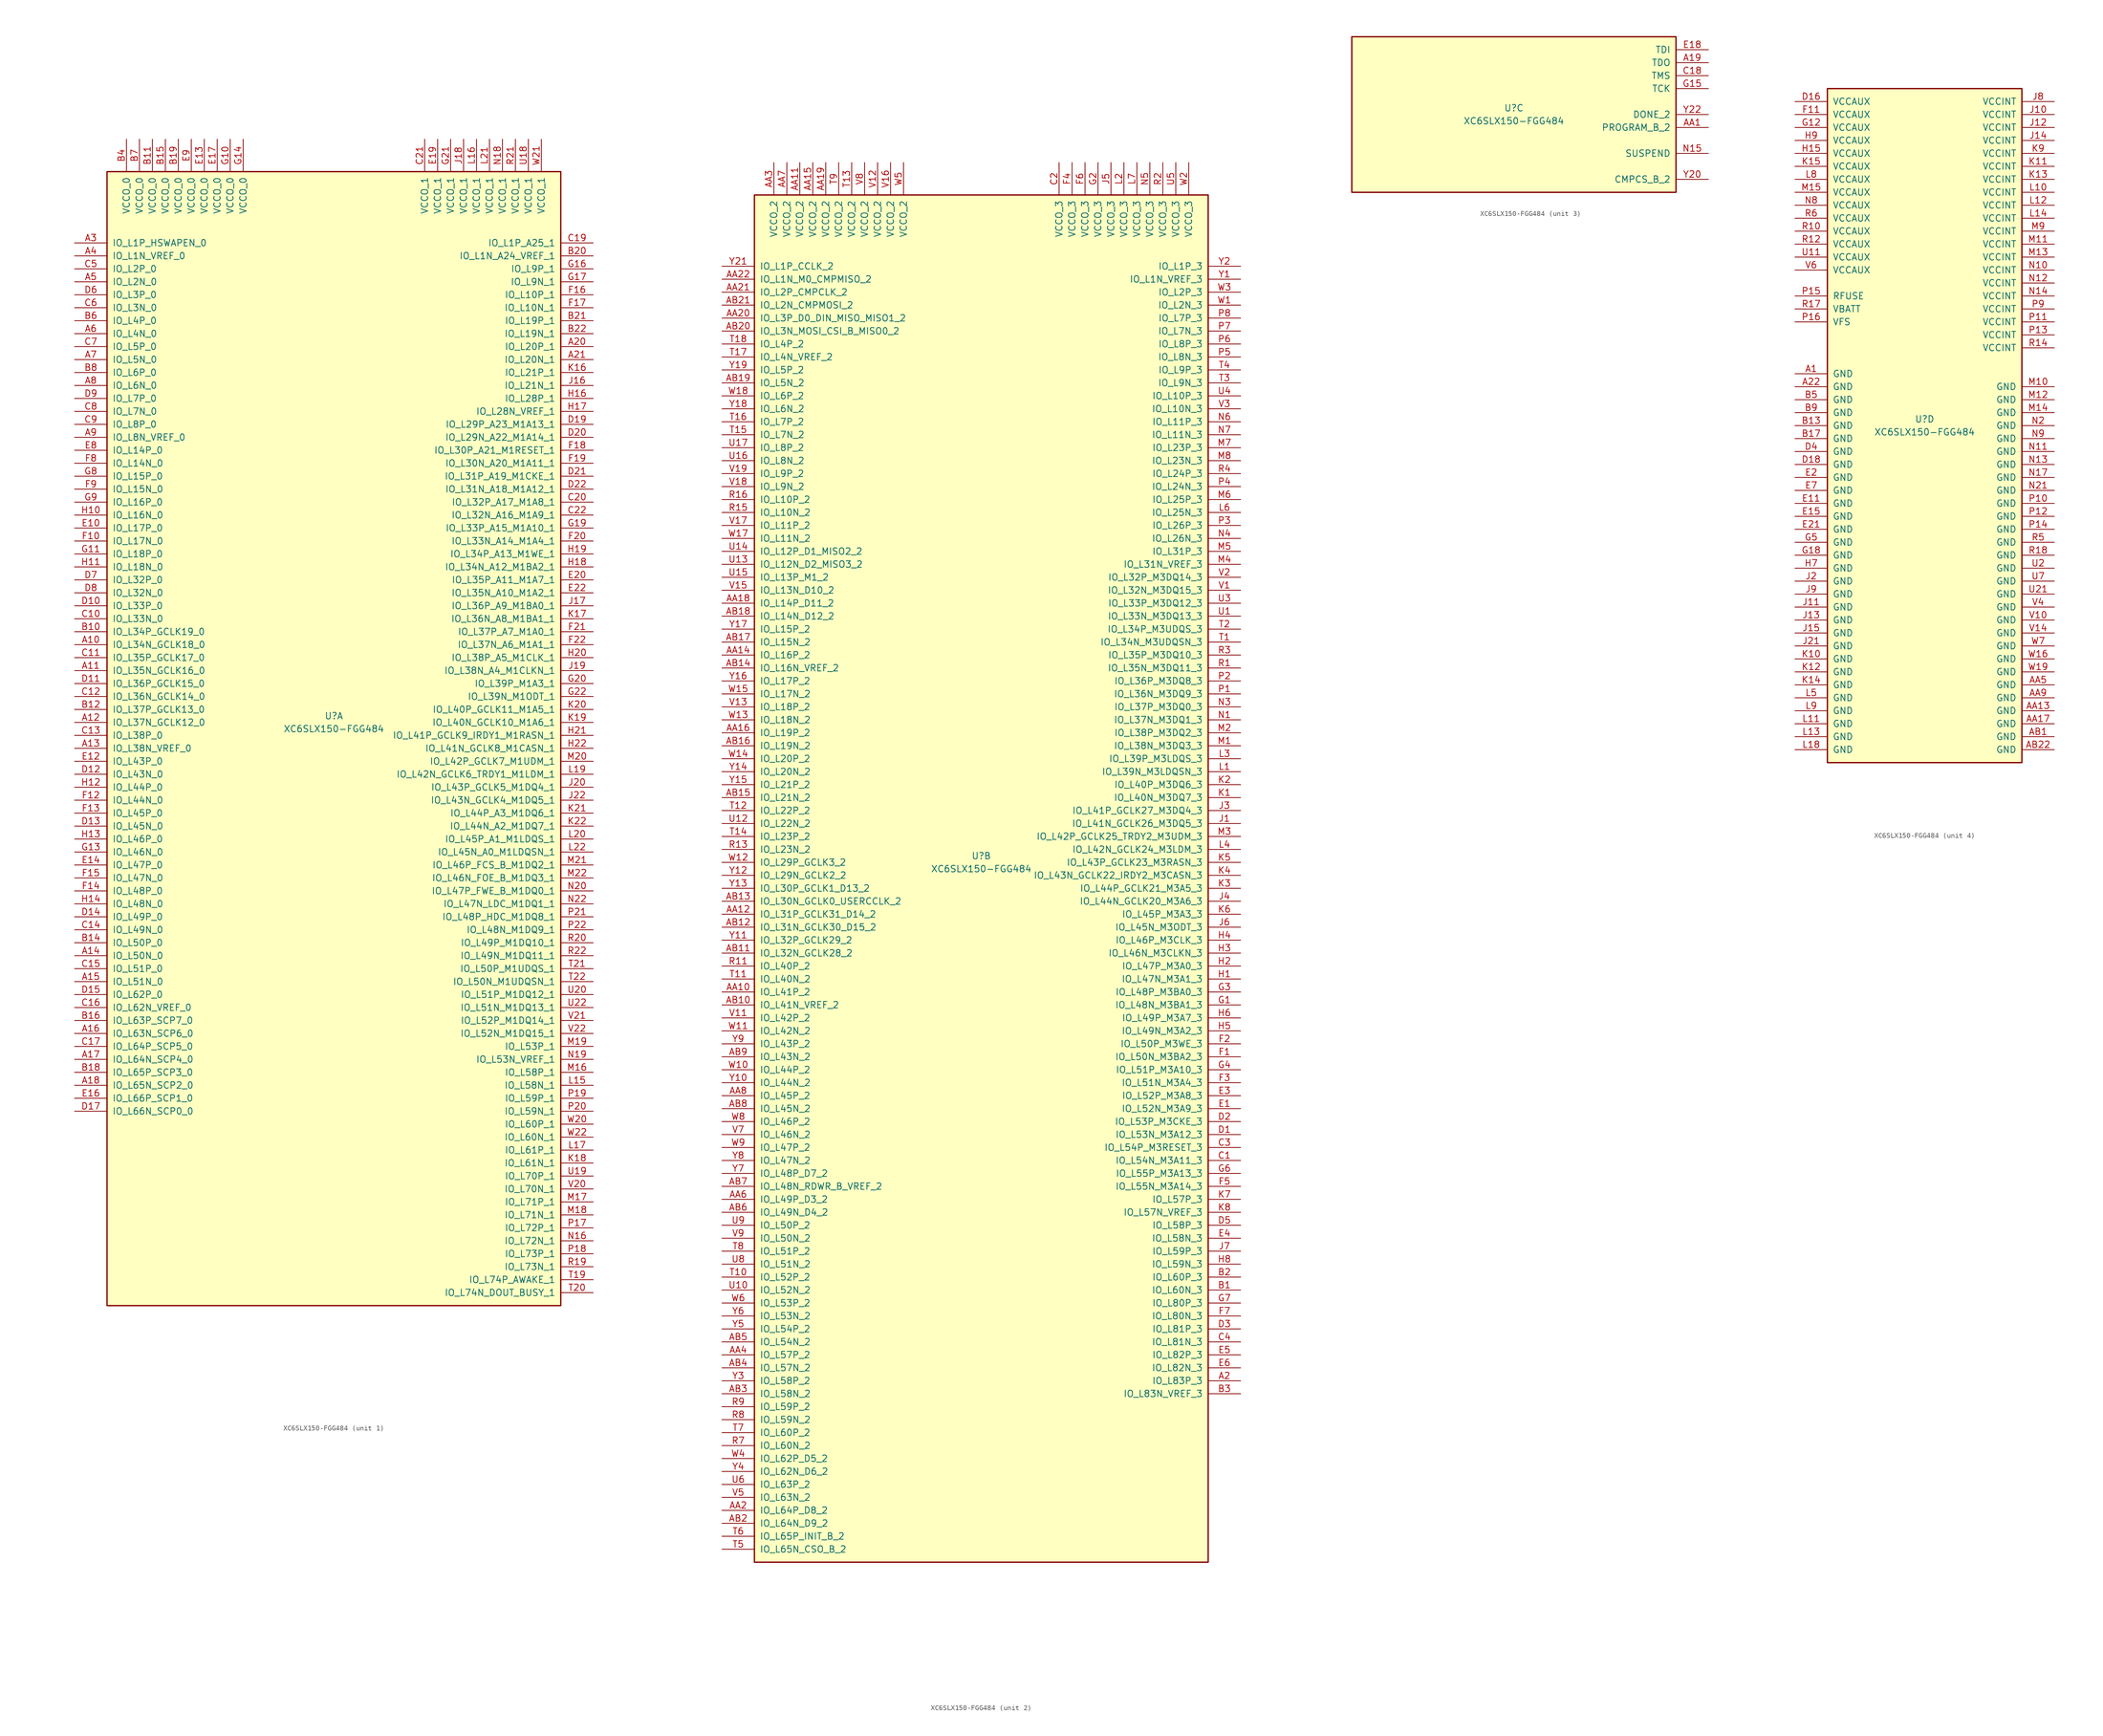
<source format=kicad_sym>
(kicad_symbol_lib
  (version 20201005)
  (generator kicad_symbol_editor)
  (symbol "XC6SLX150-FGG484"
    (pin_names
      (offset 1.016))
    (property "Reference" "U"
      (at 0 1.27 0)
      (effects (font (size 1.27 1.27))))
    (property "Value" "XC6SLX150-FGG484"
      (at 0 -1.27 0)
      (effects (font (size 1.27 1.27))))
    (property "Datasheet" ""
      (at 0 0 0)
      (effects (font (size 1.27 1.27))))
    (property "ki_locked" ""
      (at 0 0 0)
      (effects (font (size 1.27 1.27))))
    (symbol "XC6SLX150-FGG484_1_1"
      (rectangle (start -44.45 107.95) (end 44.45 -114.3) (stroke (width 0.254)) (fill (type background)))
      (pin power_in line (at -40.64 114.3 270) (length 6.35) (name "VCCO_0" (effects (font (size 1.27 1.27)))) (number "B4" (effects (font (size 1.27 1.27)))))
      (pin power_in line (at -38.1 114.3 270) (length 6.35) (name "VCCO_0" (effects (font (size 1.27 1.27)))) (number "B7" (effects (font (size 1.27 1.27)))))
      (pin power_in line (at -35.56 114.3 270) (length 6.35) (name "VCCO_0" (effects (font (size 1.27 1.27)))) (number "B11" (effects (font (size 1.27 1.27)))))
      (pin power_in line (at -33.02 114.3 270) (length 6.35) (name "VCCO_0" (effects (font (size 1.27 1.27)))) (number "B15" (effects (font (size 1.27 1.27)))))
      (pin power_in line (at -30.48 114.3 270) (length 6.35) (name "VCCO_0" (effects (font (size 1.27 1.27)))) (number "B19" (effects (font (size 1.27 1.27)))))
      (pin power_in line (at -27.94 114.3 270) (length 6.35) (name "VCCO_0" (effects (font (size 1.27 1.27)))) (number "E9" (effects (font (size 1.27 1.27)))))
      (pin power_in line (at -25.4 114.3 270) (length 6.35) (name "VCCO_0" (effects (font (size 1.27 1.27)))) (number "E13" (effects (font (size 1.27 1.27)))))
      (pin power_in line (at -22.86 114.3 270) (length 6.35) (name "VCCO_0" (effects (font (size 1.27 1.27)))) (number "E17" (effects (font (size 1.27 1.27)))))
      (pin power_in line (at -20.32 114.3 270) (length 6.35) (name "VCCO_0" (effects (font (size 1.27 1.27)))) (number "G10" (effects (font (size 1.27 1.27)))))
      (pin power_in line (at -17.78 114.3 270) (length 6.35) (name "VCCO_0" (effects (font (size 1.27 1.27)))) (number "G14" (effects (font (size 1.27 1.27)))))
      (pin bidirectional line (at -50.8 93.98 0) (length 6.35) (name "IO_L1P_HSWAPEN_0" (effects (font (size 1.27 1.27)))) (number "A3" (effects (font (size 1.27 1.27)))))
      (pin bidirectional line (at -50.8 91.44 0) (length 6.35) (name "IO_L1N_VREF_0" (effects (font (size 1.27 1.27)))) (number "A4" (effects (font (size 1.27 1.27)))))
      (pin bidirectional line (at -50.8 88.9 0) (length 6.35) (name "IO_L2P_0" (effects (font (size 1.27 1.27)))) (number "C5" (effects (font (size 1.27 1.27)))))
      (pin bidirectional line (at -50.8 86.36 0) (length 6.35) (name "IO_L2N_0" (effects (font (size 1.27 1.27)))) (number "A5" (effects (font (size 1.27 1.27)))))
      (pin bidirectional line (at -50.8 83.82 0) (length 6.35) (name "IO_L3P_0" (effects (font (size 1.27 1.27)))) (number "D6" (effects (font (size 1.27 1.27)))))
      (pin bidirectional line (at -50.8 81.28 0) (length 6.35) (name "IO_L3N_0" (effects (font (size 1.27 1.27)))) (number "C6" (effects (font (size 1.27 1.27)))))
      (pin bidirectional line (at -50.8 78.74 0) (length 6.35) (name "IO_L4P_0" (effects (font (size 1.27 1.27)))) (number "B6" (effects (font (size 1.27 1.27)))))
      (pin bidirectional line (at -50.8 76.2 0) (length 6.35) (name "IO_L4N_0" (effects (font (size 1.27 1.27)))) (number "A6" (effects (font (size 1.27 1.27)))))
      (pin bidirectional line (at -50.8 73.66 0) (length 6.35) (name "IO_L5P_0" (effects (font (size 1.27 1.27)))) (number "C7" (effects (font (size 1.27 1.27)))))
      (pin bidirectional line (at -50.8 71.12 0) (length 6.35) (name "IO_L5N_0" (effects (font (size 1.27 1.27)))) (number "A7" (effects (font (size 1.27 1.27)))))
      (pin bidirectional line (at -50.8 68.58 0) (length 6.35) (name "IO_L6P_0" (effects (font (size 1.27 1.27)))) (number "B8" (effects (font (size 1.27 1.27)))))
      (pin bidirectional line (at -50.8 66.04 0) (length 6.35) (name "IO_L6N_0" (effects (font (size 1.27 1.27)))) (number "A8" (effects (font (size 1.27 1.27)))))
      (pin bidirectional line (at -50.8 63.5 0) (length 6.35) (name "IO_L7P_0" (effects (font (size 1.27 1.27)))) (number "D9" (effects (font (size 1.27 1.27)))))
      (pin bidirectional line (at -50.8 60.96 0) (length 6.35) (name "IO_L7N_0" (effects (font (size 1.27 1.27)))) (number "C8" (effects (font (size 1.27 1.27)))))
      (pin bidirectional line (at -50.8 58.42 0) (length 6.35) (name "IO_L8P_0" (effects (font (size 1.27 1.27)))) (number "C9" (effects (font (size 1.27 1.27)))))
      (pin bidirectional line (at -50.8 55.88 0) (length 6.35) (name "IO_L8N_VREF_0" (effects (font (size 1.27 1.27)))) (number "A9" (effects (font (size 1.27 1.27)))))
      (pin bidirectional line (at -50.8 53.34 0) (length 6.35) (name "IO_L14P_0" (effects (font (size 1.27 1.27)))) (number "E8" (effects (font (size 1.27 1.27)))))
      (pin bidirectional line (at -50.8 50.8 0) (length 6.35) (name "IO_L14N_0" (effects (font (size 1.27 1.27)))) (number "F8" (effects (font (size 1.27 1.27)))))
      (pin bidirectional line (at -50.8 48.26 0) (length 6.35) (name "IO_L15P_0" (effects (font (size 1.27 1.27)))) (number "G8" (effects (font (size 1.27 1.27)))))
      (pin bidirectional line (at -50.8 45.72 0) (length 6.35) (name "IO_L15N_0" (effects (font (size 1.27 1.27)))) (number "F9" (effects (font (size 1.27 1.27)))))
      (pin bidirectional line (at -50.8 43.18 0) (length 6.35) (name "IO_L16P_0" (effects (font (size 1.27 1.27)))) (number "G9" (effects (font (size 1.27 1.27)))))
      (pin bidirectional line (at -50.8 40.64 0) (length 6.35) (name "IO_L16N_0" (effects (font (size 1.27 1.27)))) (number "H10" (effects (font (size 1.27 1.27)))))
      (pin bidirectional line (at -50.8 38.1 0) (length 6.35) (name "IO_L17P_0" (effects (font (size 1.27 1.27)))) (number "E10" (effects (font (size 1.27 1.27)))))
      (pin bidirectional line (at -50.8 35.56 0) (length 6.35) (name "IO_L17N_0" (effects (font (size 1.27 1.27)))) (number "F10" (effects (font (size 1.27 1.27)))))
      (pin bidirectional line (at -50.8 33.02 0) (length 6.35) (name "IO_L18P_0" (effects (font (size 1.27 1.27)))) (number "G11" (effects (font (size 1.27 1.27)))))
      (pin bidirectional line (at -50.8 30.48 0) (length 6.35) (name "IO_L18N_0" (effects (font (size 1.27 1.27)))) (number "H11" (effects (font (size 1.27 1.27)))))
      (pin bidirectional line (at -50.8 27.94 0) (length 6.35) (name "IO_L32P_0" (effects (font (size 1.27 1.27)))) (number "D7" (effects (font (size 1.27 1.27)))))
      (pin bidirectional line (at -50.8 25.4 0) (length 6.35) (name "IO_L32N_0" (effects (font (size 1.27 1.27)))) (number "D8" (effects (font (size 1.27 1.27)))))
      (pin bidirectional line (at -50.8 22.86 0) (length 6.35) (name "IO_L33P_0" (effects (font (size 1.27 1.27)))) (number "D10" (effects (font (size 1.27 1.27)))))
      (pin bidirectional line (at -50.8 20.32 0) (length 6.35) (name "IO_L33N_0" (effects (font (size 1.27 1.27)))) (number "C10" (effects (font (size 1.27 1.27)))))
      (pin bidirectional line (at -50.8 17.78 0) (length 6.35) (name "IO_L34P_GCLK19_0" (effects (font (size 1.27 1.27)))) (number "B10" (effects (font (size 1.27 1.27)))))
      (pin bidirectional line (at -50.8 15.24 0) (length 6.35) (name "IO_L34N_GCLK18_0" (effects (font (size 1.27 1.27)))) (number "A10" (effects (font (size 1.27 1.27)))))
      (pin bidirectional line (at -50.8 12.7 0) (length 6.35) (name "IO_L35P_GCLK17_0" (effects (font (size 1.27 1.27)))) (number "C11" (effects (font (size 1.27 1.27)))))
      (pin bidirectional line (at -50.8 10.16 0) (length 6.35) (name "IO_L35N_GCLK16_0" (effects (font (size 1.27 1.27)))) (number "A11" (effects (font (size 1.27 1.27)))))
      (pin bidirectional line (at -50.8 7.62 0) (length 6.35) (name "IO_L36P_GCLK15_0" (effects (font (size 1.27 1.27)))) (number "D11" (effects (font (size 1.27 1.27)))))
      (pin bidirectional line (at -50.8 5.08 0) (length 6.35) (name "IO_L36N_GCLK14_0" (effects (font (size 1.27 1.27)))) (number "C12" (effects (font (size 1.27 1.27)))))
      (pin bidirectional line (at -50.8 2.54 0) (length 6.35) (name "IO_L37P_GCLK13_0" (effects (font (size 1.27 1.27)))) (number "B12" (effects (font (size 1.27 1.27)))))
      (pin bidirectional line (at -50.8 0 0) (length 6.35) (name "IO_L37N_GCLK12_0" (effects (font (size 1.27 1.27)))) (number "A12" (effects (font (size 1.27 1.27)))))
      (pin bidirectional line (at -50.8 -2.54 0) (length 6.35) (name "IO_L38P_0" (effects (font (size 1.27 1.27)))) (number "C13" (effects (font (size 1.27 1.27)))))
      (pin bidirectional line (at -50.8 -5.08 0) (length 6.35) (name "IO_L38N_VREF_0" (effects (font (size 1.27 1.27)))) (number "A13" (effects (font (size 1.27 1.27)))))
      (pin bidirectional line (at -50.8 -7.62 0) (length 6.35) (name "IO_L43P_0" (effects (font (size 1.27 1.27)))) (number "E12" (effects (font (size 1.27 1.27)))))
      (pin bidirectional line (at -50.8 -10.16 0) (length 6.35) (name "IO_L43N_0" (effects (font (size 1.27 1.27)))) (number "D12" (effects (font (size 1.27 1.27)))))
      (pin bidirectional line (at -50.8 -12.7 0) (length 6.35) (name "IO_L44P_0" (effects (font (size 1.27 1.27)))) (number "H12" (effects (font (size 1.27 1.27)))))
      (pin bidirectional line (at -50.8 -15.24 0) (length 6.35) (name "IO_L44N_0" (effects (font (size 1.27 1.27)))) (number "F12" (effects (font (size 1.27 1.27)))))
      (pin bidirectional line (at -50.8 -17.78 0) (length 6.35) (name "IO_L45P_0" (effects (font (size 1.27 1.27)))) (number "F13" (effects (font (size 1.27 1.27)))))
      (pin bidirectional line (at -50.8 -20.32 0) (length 6.35) (name "IO_L45N_0" (effects (font (size 1.27 1.27)))) (number "D13" (effects (font (size 1.27 1.27)))))
      (pin bidirectional line (at -50.8 -22.86 0) (length 6.35) (name "IO_L46P_0" (effects (font (size 1.27 1.27)))) (number "H13" (effects (font (size 1.27 1.27)))))
      (pin bidirectional line (at -50.8 -25.4 0) (length 6.35) (name "IO_L46N_0" (effects (font (size 1.27 1.27)))) (number "G13" (effects (font (size 1.27 1.27)))))
      (pin bidirectional line (at -50.8 -27.94 0) (length 6.35) (name "IO_L47P_0" (effects (font (size 1.27 1.27)))) (number "E14" (effects (font (size 1.27 1.27)))))
      (pin bidirectional line (at -50.8 -30.48 0) (length 6.35) (name "IO_L47N_0" (effects (font (size 1.27 1.27)))) (number "F15" (effects (font (size 1.27 1.27)))))
      (pin bidirectional line (at -50.8 -33.02 0) (length 6.35) (name "IO_L48P_0" (effects (font (size 1.27 1.27)))) (number "F14" (effects (font (size 1.27 1.27)))))
      (pin bidirectional line (at -50.8 -35.56 0) (length 6.35) (name "IO_L48N_0" (effects (font (size 1.27 1.27)))) (number "H14" (effects (font (size 1.27 1.27)))))
      (pin bidirectional line (at -50.8 -38.1 0) (length 6.35) (name "IO_L49P_0" (effects (font (size 1.27 1.27)))) (number "D14" (effects (font (size 1.27 1.27)))))
      (pin bidirectional line (at -50.8 -40.64 0) (length 6.35) (name "IO_L49N_0" (effects (font (size 1.27 1.27)))) (number "C14" (effects (font (size 1.27 1.27)))))
      (pin bidirectional line (at -50.8 -43.18 0) (length 6.35) (name "IO_L50P_0" (effects (font (size 1.27 1.27)))) (number "B14" (effects (font (size 1.27 1.27)))))
      (pin bidirectional line (at -50.8 -45.72 0) (length 6.35) (name "IO_L50N_0" (effects (font (size 1.27 1.27)))) (number "A14" (effects (font (size 1.27 1.27)))))
      (pin bidirectional line (at -50.8 -48.26 0) (length 6.35) (name "IO_L51P_0" (effects (font (size 1.27 1.27)))) (number "C15" (effects (font (size 1.27 1.27)))))
      (pin bidirectional line (at -50.8 -50.8 0) (length 6.35) (name "IO_L51N_0" (effects (font (size 1.27 1.27)))) (number "A15" (effects (font (size 1.27 1.27)))))
      (pin bidirectional line (at -50.8 -53.34 0) (length 6.35) (name "IO_L62P_0" (effects (font (size 1.27 1.27)))) (number "D15" (effects (font (size 1.27 1.27)))))
      (pin bidirectional line (at -50.8 -55.88 0) (length 6.35) (name "IO_L62N_VREF_0" (effects (font (size 1.27 1.27)))) (number "C16" (effects (font (size 1.27 1.27)))))
      (pin bidirectional line (at -50.8 -58.42 0) (length 6.35) (name "IO_L63P_SCP7_0" (effects (font (size 1.27 1.27)))) (number "B16" (effects (font (size 1.27 1.27)))))
      (pin bidirectional line (at -50.8 -60.96 0) (length 6.35) (name "IO_L63N_SCP6_0" (effects (font (size 1.27 1.27)))) (number "A16" (effects (font (size 1.27 1.27)))))
      (pin bidirectional line (at -50.8 -63.5 0) (length 6.35) (name "IO_L64P_SCP5_0" (effects (font (size 1.27 1.27)))) (number "C17" (effects (font (size 1.27 1.27)))))
      (pin bidirectional line (at -50.8 -66.04 0) (length 6.35) (name "IO_L64N_SCP4_0" (effects (font (size 1.27 1.27)))) (number "A17" (effects (font (size 1.27 1.27)))))
      (pin bidirectional line (at -50.8 -68.58 0) (length 6.35) (name "IO_L65P_SCP3_0" (effects (font (size 1.27 1.27)))) (number "B18" (effects (font (size 1.27 1.27)))))
      (pin bidirectional line (at -50.8 -71.12 0) (length 6.35) (name "IO_L65N_SCP2_0" (effects (font (size 1.27 1.27)))) (number "A18" (effects (font (size 1.27 1.27)))))
      (pin bidirectional line (at -50.8 -73.66 0) (length 6.35) (name "IO_L66P_SCP1_0" (effects (font (size 1.27 1.27)))) (number "E16" (effects (font (size 1.27 1.27)))))
      (pin bidirectional line (at -50.8 -76.2 0) (length 6.35) (name "IO_L66N_SCP0_0" (effects (font (size 1.27 1.27)))) (number "D17" (effects (font (size 1.27 1.27)))))
      (pin power_in line (at 17.78 114.3 270) (length 6.35) (name "VCCO_1" (effects (font (size 1.27 1.27)))) (number "C21" (effects (font (size 1.27 1.27)))))
      (pin power_in line (at 20.32 114.3 270) (length 6.35) (name "VCCO_1" (effects (font (size 1.27 1.27)))) (number "E19" (effects (font (size 1.27 1.27)))))
      (pin power_in line (at 22.86 114.3 270) (length 6.35) (name "VCCO_1" (effects (font (size 1.27 1.27)))) (number "G21" (effects (font (size 1.27 1.27)))))
      (pin power_in line (at 25.4 114.3 270) (length 6.35) (name "VCCO_1" (effects (font (size 1.27 1.27)))) (number "J18" (effects (font (size 1.27 1.27)))))
      (pin power_in line (at 27.94 114.3 270) (length 6.35) (name "VCCO_1" (effects (font (size 1.27 1.27)))) (number "L16" (effects (font (size 1.27 1.27)))))
      (pin power_in line (at 30.48 114.3 270) (length 6.35) (name "VCCO_1" (effects (font (size 1.27 1.27)))) (number "L21" (effects (font (size 1.27 1.27)))))
      (pin power_in line (at 33.02 114.3 270) (length 6.35) (name "VCCO_1" (effects (font (size 1.27 1.27)))) (number "N18" (effects (font (size 1.27 1.27)))))
      (pin power_in line (at 35.56 114.3 270) (length 6.35) (name "VCCO_1" (effects (font (size 1.27 1.27)))) (number "R21" (effects (font (size 1.27 1.27)))))
      (pin power_in line (at 38.1 114.3 270) (length 6.35) (name "VCCO_1" (effects (font (size 1.27 1.27)))) (number "U18" (effects (font (size 1.27 1.27)))))
      (pin power_in line (at 40.64 114.3 270) (length 6.35) (name "VCCO_1" (effects (font (size 1.27 1.27)))) (number "W21" (effects (font (size 1.27 1.27)))))
      (pin bidirectional line (at 50.8 93.98 180) (length 6.35) (name "IO_L1P_A25_1" (effects (font (size 1.27 1.27)))) (number "C19" (effects (font (size 1.27 1.27)))))
      (pin bidirectional line (at 50.8 91.44 180) (length 6.35) (name "IO_L1N_A24_VREF_1" (effects (font (size 1.27 1.27)))) (number "B20" (effects (font (size 1.27 1.27)))))
      (pin bidirectional line (at 50.8 88.9 180) (length 6.35) (name "IO_L9P_1" (effects (font (size 1.27 1.27)))) (number "G16" (effects (font (size 1.27 1.27)))))
      (pin bidirectional line (at 50.8 86.36 180) (length 6.35) (name "IO_L9N_1" (effects (font (size 1.27 1.27)))) (number "G17" (effects (font (size 1.27 1.27)))))
      (pin bidirectional line (at 50.8 83.82 180) (length 6.35) (name "IO_L10P_1" (effects (font (size 1.27 1.27)))) (number "F16" (effects (font (size 1.27 1.27)))))
      (pin bidirectional line (at 50.8 81.28 180) (length 6.35) (name "IO_L10N_1" (effects (font (size 1.27 1.27)))) (number "F17" (effects (font (size 1.27 1.27)))))
      (pin bidirectional line (at 50.8 78.74 180) (length 6.35) (name "IO_L19P_1" (effects (font (size 1.27 1.27)))) (number "B21" (effects (font (size 1.27 1.27)))))
      (pin bidirectional line (at 50.8 76.2 180) (length 6.35) (name "IO_L19N_1" (effects (font (size 1.27 1.27)))) (number "B22" (effects (font (size 1.27 1.27)))))
      (pin bidirectional line (at 50.8 73.66 180) (length 6.35) (name "IO_L20P_1" (effects (font (size 1.27 1.27)))) (number "A20" (effects (font (size 1.27 1.27)))))
      (pin bidirectional line (at 50.8 71.12 180) (length 6.35) (name "IO_L20N_1" (effects (font (size 1.27 1.27)))) (number "A21" (effects (font (size 1.27 1.27)))))
      (pin bidirectional line (at 50.8 68.58 180) (length 6.35) (name "IO_L21P_1" (effects (font (size 1.27 1.27)))) (number "K16" (effects (font (size 1.27 1.27)))))
      (pin bidirectional line (at 50.8 66.04 180) (length 6.35) (name "IO_L21N_1" (effects (font (size 1.27 1.27)))) (number "J16" (effects (font (size 1.27 1.27)))))
      (pin bidirectional line (at 50.8 63.5 180) (length 6.35) (name "IO_L28P_1" (effects (font (size 1.27 1.27)))) (number "H16" (effects (font (size 1.27 1.27)))))
      (pin bidirectional line (at 50.8 60.96 180) (length 6.35) (name "IO_L28N_VREF_1" (effects (font (size 1.27 1.27)))) (number "H17" (effects (font (size 1.27 1.27)))))
      (pin bidirectional line (at 50.8 58.42 180) (length 6.35) (name "IO_L29P_A23_M1A13_1" (effects (font (size 1.27 1.27)))) (number "D19" (effects (font (size 1.27 1.27)))))
      (pin bidirectional line (at 50.8 55.88 180) (length 6.35) (name "IO_L29N_A22_M1A14_1" (effects (font (size 1.27 1.27)))) (number "D20" (effects (font (size 1.27 1.27)))))
      (pin bidirectional line (at 50.8 53.34 180) (length 6.35) (name "IO_L30P_A21_M1RESET_1" (effects (font (size 1.27 1.27)))) (number "F18" (effects (font (size 1.27 1.27)))))
      (pin bidirectional line (at 50.8 50.8 180) (length 6.35) (name "IO_L30N_A20_M1A11_1" (effects (font (size 1.27 1.27)))) (number "F19" (effects (font (size 1.27 1.27)))))
      (pin bidirectional line (at 50.8 48.26 180) (length 6.35) (name "IO_L31P_A19_M1CKE_1" (effects (font (size 1.27 1.27)))) (number "D21" (effects (font (size 1.27 1.27)))))
      (pin bidirectional line (at 50.8 45.72 180) (length 6.35) (name "IO_L31N_A18_M1A12_1" (effects (font (size 1.27 1.27)))) (number "D22" (effects (font (size 1.27 1.27)))))
      (pin bidirectional line (at 50.8 43.18 180) (length 6.35) (name "IO_L32P_A17_M1A8_1" (effects (font (size 1.27 1.27)))) (number "C20" (effects (font (size 1.27 1.27)))))
      (pin bidirectional line (at 50.8 40.64 180) (length 6.35) (name "IO_L32N_A16_M1A9_1" (effects (font (size 1.27 1.27)))) (number "C22" (effects (font (size 1.27 1.27)))))
      (pin bidirectional line (at 50.8 38.1 180) (length 6.35) (name "IO_L33P_A15_M1A10_1" (effects (font (size 1.27 1.27)))) (number "G19" (effects (font (size 1.27 1.27)))))
      (pin bidirectional line (at 50.8 35.56 180) (length 6.35) (name "IO_L33N_A14_M1A4_1" (effects (font (size 1.27 1.27)))) (number "F20" (effects (font (size 1.27 1.27)))))
      (pin bidirectional line (at 50.8 33.02 180) (length 6.35) (name "IO_L34P_A13_M1WE_1" (effects (font (size 1.27 1.27)))) (number "H19" (effects (font (size 1.27 1.27)))))
      (pin bidirectional line (at 50.8 30.48 180) (length 6.35) (name "IO_L34N_A12_M1BA2_1" (effects (font (size 1.27 1.27)))) (number "H18" (effects (font (size 1.27 1.27)))))
      (pin bidirectional line (at 50.8 27.94 180) (length 6.35) (name "IO_L35P_A11_M1A7_1" (effects (font (size 1.27 1.27)))) (number "E20" (effects (font (size 1.27 1.27)))))
      (pin bidirectional line (at 50.8 25.4 180) (length 6.35) (name "IO_L35N_A10_M1A2_1" (effects (font (size 1.27 1.27)))) (number "E22" (effects (font (size 1.27 1.27)))))
      (pin bidirectional line (at 50.8 22.86 180) (length 6.35) (name "IO_L36P_A9_M1BA0_1" (effects (font (size 1.27 1.27)))) (number "J17" (effects (font (size 1.27 1.27)))))
      (pin bidirectional line (at 50.8 20.32 180) (length 6.35) (name "IO_L36N_A8_M1BA1_1" (effects (font (size 1.27 1.27)))) (number "K17" (effects (font (size 1.27 1.27)))))
      (pin bidirectional line (at 50.8 17.78 180) (length 6.35) (name "IO_L37P_A7_M1A0_1" (effects (font (size 1.27 1.27)))) (number "F21" (effects (font (size 1.27 1.27)))))
      (pin bidirectional line (at 50.8 15.24 180) (length 6.35) (name "IO_L37N_A6_M1A1_1" (effects (font (size 1.27 1.27)))) (number "F22" (effects (font (size 1.27 1.27)))))
      (pin bidirectional line (at 50.8 12.7 180) (length 6.35) (name "IO_L38P_A5_M1CLK_1" (effects (font (size 1.27 1.27)))) (number "H20" (effects (font (size 1.27 1.27)))))
      (pin bidirectional line (at 50.8 10.16 180) (length 6.35) (name "IO_L38N_A4_M1CLKN_1" (effects (font (size 1.27 1.27)))) (number "J19" (effects (font (size 1.27 1.27)))))
      (pin bidirectional line (at 50.8 7.62 180) (length 6.35) (name "IO_L39P_M1A3_1" (effects (font (size 1.27 1.27)))) (number "G20" (effects (font (size 1.27 1.27)))))
      (pin bidirectional line (at 50.8 5.08 180) (length 6.35) (name "IO_L39N_M1ODT_1" (effects (font (size 1.27 1.27)))) (number "G22" (effects (font (size 1.27 1.27)))))
      (pin bidirectional line (at 50.8 2.54 180) (length 6.35) (name "IO_L40P_GCLK11_M1A5_1" (effects (font (size 1.27 1.27)))) (number "K20" (effects (font (size 1.27 1.27)))))
      (pin bidirectional line (at 50.8 0 180) (length 6.35) (name "IO_L40N_GCLK10_M1A6_1" (effects (font (size 1.27 1.27)))) (number "K19" (effects (font (size 1.27 1.27)))))
      (pin bidirectional line (at 50.8 -2.54 180) (length 6.35) (name "IO_L41P_GCLK9_IRDY1_M1RASN_1" (effects (font (size 1.27 1.27)))) (number "H21" (effects (font (size 1.27 1.27)))))
      (pin bidirectional line (at 50.8 -5.08 180) (length 6.35) (name "IO_L41N_GCLK8_M1CASN_1" (effects (font (size 1.27 1.27)))) (number "H22" (effects (font (size 1.27 1.27)))))
      (pin bidirectional line (at 50.8 -7.62 180) (length 6.35) (name "IO_L42P_GCLK7_M1UDM_1" (effects (font (size 1.27 1.27)))) (number "M20" (effects (font (size 1.27 1.27)))))
      (pin bidirectional line (at 50.8 -10.16 180) (length 6.35) (name "IO_L42N_GCLK6_TRDY1_M1LDM_1" (effects (font (size 1.27 1.27)))) (number "L19" (effects (font (size 1.27 1.27)))))
      (pin bidirectional line (at 50.8 -12.7 180) (length 6.35) (name "IO_L43P_GCLK5_M1DQ4_1" (effects (font (size 1.27 1.27)))) (number "J20" (effects (font (size 1.27 1.27)))))
      (pin bidirectional line (at 50.8 -15.24 180) (length 6.35) (name "IO_L43N_GCLK4_M1DQ5_1" (effects (font (size 1.27 1.27)))) (number "J22" (effects (font (size 1.27 1.27)))))
      (pin bidirectional line (at 50.8 -17.78 180) (length 6.35) (name "IO_L44P_A3_M1DQ6_1" (effects (font (size 1.27 1.27)))) (number "K21" (effects (font (size 1.27 1.27)))))
      (pin bidirectional line (at 50.8 -20.32 180) (length 6.35) (name "IO_L44N_A2_M1DQ7_1" (effects (font (size 1.27 1.27)))) (number "K22" (effects (font (size 1.27 1.27)))))
      (pin bidirectional line (at 50.8 -22.86 180) (length 6.35) (name "IO_L45P_A1_M1LDQS_1" (effects (font (size 1.27 1.27)))) (number "L20" (effects (font (size 1.27 1.27)))))
      (pin bidirectional line (at 50.8 -25.4 180) (length 6.35) (name "IO_L45N_A0_M1LDQSN_1" (effects (font (size 1.27 1.27)))) (number "L22" (effects (font (size 1.27 1.27)))))
      (pin bidirectional line (at 50.8 -27.94 180) (length 6.35) (name "IO_L46P_FCS_B_M1DQ2_1" (effects (font (size 1.27 1.27)))) (number "M21" (effects (font (size 1.27 1.27)))))
      (pin bidirectional line (at 50.8 -30.48 180) (length 6.35) (name "IO_L46N_FOE_B_M1DQ3_1" (effects (font (size 1.27 1.27)))) (number "M22" (effects (font (size 1.27 1.27)))))
      (pin bidirectional line (at 50.8 -33.02 180) (length 6.35) (name "IO_L47P_FWE_B_M1DQ0_1" (effects (font (size 1.27 1.27)))) (number "N20" (effects (font (size 1.27 1.27)))))
      (pin bidirectional line (at 50.8 -35.56 180) (length 6.35) (name "IO_L47N_LDC_M1DQ1_1" (effects (font (size 1.27 1.27)))) (number "N22" (effects (font (size 1.27 1.27)))))
      (pin bidirectional line (at 50.8 -38.1 180) (length 6.35) (name "IO_L48P_HDC_M1DQ8_1" (effects (font (size 1.27 1.27)))) (number "P21" (effects (font (size 1.27 1.27)))))
      (pin bidirectional line (at 50.8 -40.64 180) (length 6.35) (name "IO_L48N_M1DQ9_1" (effects (font (size 1.27 1.27)))) (number "P22" (effects (font (size 1.27 1.27)))))
      (pin bidirectional line (at 50.8 -43.18 180) (length 6.35) (name "IO_L49P_M1DQ10_1" (effects (font (size 1.27 1.27)))) (number "R20" (effects (font (size 1.27 1.27)))))
      (pin bidirectional line (at 50.8 -45.72 180) (length 6.35) (name "IO_L49N_M1DQ11_1" (effects (font (size 1.27 1.27)))) (number "R22" (effects (font (size 1.27 1.27)))))
      (pin bidirectional line (at 50.8 -48.26 180) (length 6.35) (name "IO_L50P_M1UDQS_1" (effects (font (size 1.27 1.27)))) (number "T21" (effects (font (size 1.27 1.27)))))
      (pin bidirectional line (at 50.8 -50.8 180) (length 6.35) (name "IO_L50N_M1UDQSN_1" (effects (font (size 1.27 1.27)))) (number "T22" (effects (font (size 1.27 1.27)))))
      (pin bidirectional line (at 50.8 -53.34 180) (length 6.35) (name "IO_L51P_M1DQ12_1" (effects (font (size 1.27 1.27)))) (number "U20" (effects (font (size 1.27 1.27)))))
      (pin bidirectional line (at 50.8 -55.88 180) (length 6.35) (name "IO_L51N_M1DQ13_1" (effects (font (size 1.27 1.27)))) (number "U22" (effects (font (size 1.27 1.27)))))
      (pin bidirectional line (at 50.8 -58.42 180) (length 6.35) (name "IO_L52P_M1DQ14_1" (effects (font (size 1.27 1.27)))) (number "V21" (effects (font (size 1.27 1.27)))))
      (pin bidirectional line (at 50.8 -60.96 180) (length 6.35) (name "IO_L52N_M1DQ15_1" (effects (font (size 1.27 1.27)))) (number "V22" (effects (font (size 1.27 1.27)))))
      (pin bidirectional line (at 50.8 -63.5 180) (length 6.35) (name "IO_L53P_1" (effects (font (size 1.27 1.27)))) (number "M19" (effects (font (size 1.27 1.27)))))
      (pin bidirectional line (at 50.8 -66.04 180) (length 6.35) (name "IO_L53N_VREF_1" (effects (font (size 1.27 1.27)))) (number "N19" (effects (font (size 1.27 1.27)))))
      (pin bidirectional line (at 50.8 -68.58 180) (length 6.35) (name "IO_L58P_1" (effects (font (size 1.27 1.27)))) (number "M16" (effects (font (size 1.27 1.27)))))
      (pin bidirectional line (at 50.8 -71.12 180) (length 6.35) (name "IO_L58N_1" (effects (font (size 1.27 1.27)))) (number "L15" (effects (font (size 1.27 1.27)))))
      (pin bidirectional line (at 50.8 -73.66 180) (length 6.35) (name "IO_L59P_1" (effects (font (size 1.27 1.27)))) (number "P19" (effects (font (size 1.27 1.27)))))
      (pin bidirectional line (at 50.8 -76.2 180) (length 6.35) (name "IO_L59N_1" (effects (font (size 1.27 1.27)))) (number "P20" (effects (font (size 1.27 1.27)))))
      (pin bidirectional line (at 50.8 -78.74 180) (length 6.35) (name "IO_L60P_1" (effects (font (size 1.27 1.27)))) (number "W20" (effects (font (size 1.27 1.27)))))
      (pin bidirectional line (at 50.8 -81.28 180) (length 6.35) (name "IO_L60N_1" (effects (font (size 1.27 1.27)))) (number "W22" (effects (font (size 1.27 1.27)))))
      (pin bidirectional line (at 50.8 -83.82 180) (length 6.35) (name "IO_L61P_1" (effects (font (size 1.27 1.27)))) (number "L17" (effects (font (size 1.27 1.27)))))
      (pin bidirectional line (at 50.8 -86.36 180) (length 6.35) (name "IO_L61N_1" (effects (font (size 1.27 1.27)))) (number "K18" (effects (font (size 1.27 1.27)))))
      (pin bidirectional line (at 50.8 -88.9 180) (length 6.35) (name "IO_L70P_1" (effects (font (size 1.27 1.27)))) (number "U19" (effects (font (size 1.27 1.27)))))
      (pin bidirectional line (at 50.8 -91.44 180) (length 6.35) (name "IO_L70N_1" (effects (font (size 1.27 1.27)))) (number "V20" (effects (font (size 1.27 1.27)))))
      (pin bidirectional line (at 50.8 -93.98 180) (length 6.35) (name "IO_L71P_1" (effects (font (size 1.27 1.27)))) (number "M17" (effects (font (size 1.27 1.27)))))
      (pin bidirectional line (at 50.8 -96.52 180) (length 6.35) (name "IO_L71N_1" (effects (font (size 1.27 1.27)))) (number "M18" (effects (font (size 1.27 1.27)))))
      (pin bidirectional line (at 50.8 -99.06 180) (length 6.35) (name "IO_L72P_1" (effects (font (size 1.27 1.27)))) (number "P17" (effects (font (size 1.27 1.27)))))
      (pin bidirectional line (at 50.8 -101.6 180) (length 6.35) (name "IO_L72N_1" (effects (font (size 1.27 1.27)))) (number "N16" (effects (font (size 1.27 1.27)))))
      (pin bidirectional line (at 50.8 -104.14 180) (length 6.35) (name "IO_L73P_1" (effects (font (size 1.27 1.27)))) (number "P18" (effects (font (size 1.27 1.27)))))
      (pin bidirectional line (at 50.8 -106.68 180) (length 6.35) (name "IO_L73N_1" (effects (font (size 1.27 1.27)))) (number "R19" (effects (font (size 1.27 1.27)))))
      (pin bidirectional line (at 50.8 -109.22 180) (length 6.35) (name "IO_L74P_AWAKE_1" (effects (font (size 1.27 1.27)))) (number "T19" (effects (font (size 1.27 1.27)))))
      (pin bidirectional line (at 50.8 -111.76 180) (length 6.35) (name "IO_L74N_DOUT_BUSY_1" (effects (font (size 1.27 1.27)))) (number "T20" (effects (font (size 1.27 1.27))))))
    (symbol "XC6SLX150-FGG484_2_1"
      (rectangle (start -44.45 130.81) (end 44.45 -137.16) (stroke (width 0.254)) (fill (type background)))
      (pin power_in line (at -40.64 137.16 270) (length 6.35) (name "VCCO_2" (effects (font (size 1.27 1.27)))) (number "AA3" (effects (font (size 1.27 1.27)))))
      (pin power_in line (at -38.1 137.16 270) (length 6.35) (name "VCCO_2" (effects (font (size 1.27 1.27)))) (number "AA7" (effects (font (size 1.27 1.27)))))
      (pin power_in line (at -35.56 137.16 270) (length 6.35) (name "VCCO_2" (effects (font (size 1.27 1.27)))) (number "AA11" (effects (font (size 1.27 1.27)))))
      (pin power_in line (at -33.02 137.16 270) (length 6.35) (name "VCCO_2" (effects (font (size 1.27 1.27)))) (number "AA15" (effects (font (size 1.27 1.27)))))
      (pin power_in line (at -30.48 137.16 270) (length 6.35) (name "VCCO_2" (effects (font (size 1.27 1.27)))) (number "AA19" (effects (font (size 1.27 1.27)))))
      (pin power_in line (at -27.94 137.16 270) (length 6.35) (name "VCCO_2" (effects (font (size 1.27 1.27)))) (number "T9" (effects (font (size 1.27 1.27)))))
      (pin power_in line (at -25.4 137.16 270) (length 6.35) (name "VCCO_2" (effects (font (size 1.27 1.27)))) (number "T13" (effects (font (size 1.27 1.27)))))
      (pin power_in line (at -22.86 137.16 270) (length 6.35) (name "VCCO_2" (effects (font (size 1.27 1.27)))) (number "V8" (effects (font (size 1.27 1.27)))))
      (pin power_in line (at -20.32 137.16 270) (length 6.35) (name "VCCO_2" (effects (font (size 1.27 1.27)))) (number "V12" (effects (font (size 1.27 1.27)))))
      (pin power_in line (at -17.78 137.16 270) (length 6.35) (name "VCCO_2" (effects (font (size 1.27 1.27)))) (number "V16" (effects (font (size 1.27 1.27)))))
      (pin power_in line (at -15.24 137.16 270) (length 6.35) (name "VCCO_2" (effects (font (size 1.27 1.27)))) (number "W5" (effects (font (size 1.27 1.27)))))
      (pin bidirectional line (at -50.8 116.84 0) (length 6.35) (name "IO_L1P_CCLK_2" (effects (font (size 1.27 1.27)))) (number "Y21" (effects (font (size 1.27 1.27)))))
      (pin bidirectional line (at -50.8 114.3 0) (length 6.35) (name "IO_L1N_M0_CMPMISO_2" (effects (font (size 1.27 1.27)))) (number "AA22" (effects (font (size 1.27 1.27)))))
      (pin bidirectional line (at -50.8 111.76 0) (length 6.35) (name "IO_L2P_CMPCLK_2" (effects (font (size 1.27 1.27)))) (number "AA21" (effects (font (size 1.27 1.27)))))
      (pin bidirectional line (at -50.8 109.22 0) (length 6.35) (name "IO_L2N_CMPMOSI_2" (effects (font (size 1.27 1.27)))) (number "AB21" (effects (font (size 1.27 1.27)))))
      (pin bidirectional line (at -50.8 106.68 0) (length 6.35) (name "IO_L3P_D0_DIN_MISO_MISO1_2" (effects (font (size 1.27 1.27)))) (number "AA20" (effects (font (size 1.27 1.27)))))
      (pin bidirectional line (at -50.8 104.14 0) (length 6.35) (name "IO_L3N_MOSI_CSI_B_MISO0_2" (effects (font (size 1.27 1.27)))) (number "AB20" (effects (font (size 1.27 1.27)))))
      (pin bidirectional line (at -50.8 101.6 0) (length 6.35) (name "IO_L4P_2" (effects (font (size 1.27 1.27)))) (number "T18" (effects (font (size 1.27 1.27)))))
      (pin bidirectional line (at -50.8 99.06 0) (length 6.35) (name "IO_L4N_VREF_2" (effects (font (size 1.27 1.27)))) (number "T17" (effects (font (size 1.27 1.27)))))
      (pin bidirectional line (at -50.8 96.52 0) (length 6.35) (name "IO_L5P_2" (effects (font (size 1.27 1.27)))) (number "Y19" (effects (font (size 1.27 1.27)))))
      (pin bidirectional line (at -50.8 93.98 0) (length 6.35) (name "IO_L5N_2" (effects (font (size 1.27 1.27)))) (number "AB19" (effects (font (size 1.27 1.27)))))
      (pin bidirectional line (at -50.8 91.44 0) (length 6.35) (name "IO_L6P_2" (effects (font (size 1.27 1.27)))) (number "W18" (effects (font (size 1.27 1.27)))))
      (pin bidirectional line (at -50.8 88.9 0) (length 6.35) (name "IO_L6N_2" (effects (font (size 1.27 1.27)))) (number "Y18" (effects (font (size 1.27 1.27)))))
      (pin bidirectional line (at -50.8 86.36 0) (length 6.35) (name "IO_L7P_2" (effects (font (size 1.27 1.27)))) (number "T16" (effects (font (size 1.27 1.27)))))
      (pin bidirectional line (at -50.8 83.82 0) (length 6.35) (name "IO_L7N_2" (effects (font (size 1.27 1.27)))) (number "T15" (effects (font (size 1.27 1.27)))))
      (pin bidirectional line (at -50.8 81.28 0) (length 6.35) (name "IO_L8P_2" (effects (font (size 1.27 1.27)))) (number "U17" (effects (font (size 1.27 1.27)))))
      (pin bidirectional line (at -50.8 78.74 0) (length 6.35) (name "IO_L8N_2" (effects (font (size 1.27 1.27)))) (number "U16" (effects (font (size 1.27 1.27)))))
      (pin bidirectional line (at -50.8 76.2 0) (length 6.35) (name "IO_L9P_2" (effects (font (size 1.27 1.27)))) (number "V19" (effects (font (size 1.27 1.27)))))
      (pin bidirectional line (at -50.8 73.66 0) (length 6.35) (name "IO_L9N_2" (effects (font (size 1.27 1.27)))) (number "V18" (effects (font (size 1.27 1.27)))))
      (pin bidirectional line (at -50.8 71.12 0) (length 6.35) (name "IO_L10P_2" (effects (font (size 1.27 1.27)))) (number "R16" (effects (font (size 1.27 1.27)))))
      (pin bidirectional line (at -50.8 68.58 0) (length 6.35) (name "IO_L10N_2" (effects (font (size 1.27 1.27)))) (number "R15" (effects (font (size 1.27 1.27)))))
      (pin bidirectional line (at -50.8 66.04 0) (length 6.35) (name "IO_L11P_2" (effects (font (size 1.27 1.27)))) (number "V17" (effects (font (size 1.27 1.27)))))
      (pin bidirectional line (at -50.8 63.5 0) (length 6.35) (name "IO_L11N_2" (effects (font (size 1.27 1.27)))) (number "W17" (effects (font (size 1.27 1.27)))))
      (pin bidirectional line (at -50.8 60.96 0) (length 6.35) (name "IO_L12P_D1_MISO2_2" (effects (font (size 1.27 1.27)))) (number "U14" (effects (font (size 1.27 1.27)))))
      (pin bidirectional line (at -50.8 58.42 0) (length 6.35) (name "IO_L12N_D2_MISO3_2" (effects (font (size 1.27 1.27)))) (number "U13" (effects (font (size 1.27 1.27)))))
      (pin bidirectional line (at -50.8 55.88 0) (length 6.35) (name "IO_L13P_M1_2" (effects (font (size 1.27 1.27)))) (number "U15" (effects (font (size 1.27 1.27)))))
      (pin bidirectional line (at -50.8 53.34 0) (length 6.35) (name "IO_L13N_D10_2" (effects (font (size 1.27 1.27)))) (number "V15" (effects (font (size 1.27 1.27)))))
      (pin bidirectional line (at -50.8 50.8 0) (length 6.35) (name "IO_L14P_D11_2" (effects (font (size 1.27 1.27)))) (number "AA18" (effects (font (size 1.27 1.27)))))
      (pin bidirectional line (at -50.8 48.26 0) (length 6.35) (name "IO_L14N_D12_2" (effects (font (size 1.27 1.27)))) (number "AB18" (effects (font (size 1.27 1.27)))))
      (pin bidirectional line (at -50.8 45.72 0) (length 6.35) (name "IO_L15P_2" (effects (font (size 1.27 1.27)))) (number "Y17" (effects (font (size 1.27 1.27)))))
      (pin bidirectional line (at -50.8 43.18 0) (length 6.35) (name "IO_L15N_2" (effects (font (size 1.27 1.27)))) (number "AB17" (effects (font (size 1.27 1.27)))))
      (pin bidirectional line (at -50.8 40.64 0) (length 6.35) (name "IO_L16P_2" (effects (font (size 1.27 1.27)))) (number "AA14" (effects (font (size 1.27 1.27)))))
      (pin bidirectional line (at -50.8 38.1 0) (length 6.35) (name "IO_L16N_VREF_2" (effects (font (size 1.27 1.27)))) (number "AB14" (effects (font (size 1.27 1.27)))))
      (pin bidirectional line (at -50.8 35.56 0) (length 6.35) (name "IO_L17P_2" (effects (font (size 1.27 1.27)))) (number "Y16" (effects (font (size 1.27 1.27)))))
      (pin bidirectional line (at -50.8 33.02 0) (length 6.35) (name "IO_L17N_2" (effects (font (size 1.27 1.27)))) (number "W15" (effects (font (size 1.27 1.27)))))
      (pin bidirectional line (at -50.8 30.48 0) (length 6.35) (name "IO_L18P_2" (effects (font (size 1.27 1.27)))) (number "V13" (effects (font (size 1.27 1.27)))))
      (pin bidirectional line (at -50.8 27.94 0) (length 6.35) (name "IO_L18N_2" (effects (font (size 1.27 1.27)))) (number "W13" (effects (font (size 1.27 1.27)))))
      (pin bidirectional line (at -50.8 25.4 0) (length 6.35) (name "IO_L19P_2" (effects (font (size 1.27 1.27)))) (number "AA16" (effects (font (size 1.27 1.27)))))
      (pin bidirectional line (at -50.8 22.86 0) (length 6.35) (name "IO_L19N_2" (effects (font (size 1.27 1.27)))) (number "AB16" (effects (font (size 1.27 1.27)))))
      (pin bidirectional line (at -50.8 20.32 0) (length 6.35) (name "IO_L20P_2" (effects (font (size 1.27 1.27)))) (number "W14" (effects (font (size 1.27 1.27)))))
      (pin bidirectional line (at -50.8 17.78 0) (length 6.35) (name "IO_L20N_2" (effects (font (size 1.27 1.27)))) (number "Y14" (effects (font (size 1.27 1.27)))))
      (pin bidirectional line (at -50.8 15.24 0) (length 6.35) (name "IO_L21P_2" (effects (font (size 1.27 1.27)))) (number "Y15" (effects (font (size 1.27 1.27)))))
      (pin bidirectional line (at -50.8 12.7 0) (length 6.35) (name "IO_L21N_2" (effects (font (size 1.27 1.27)))) (number "AB15" (effects (font (size 1.27 1.27)))))
      (pin bidirectional line (at -50.8 10.16 0) (length 6.35) (name "IO_L22P_2" (effects (font (size 1.27 1.27)))) (number "T12" (effects (font (size 1.27 1.27)))))
      (pin bidirectional line (at -50.8 7.62 0) (length 6.35) (name "IO_L22N_2" (effects (font (size 1.27 1.27)))) (number "U12" (effects (font (size 1.27 1.27)))))
      (pin bidirectional line (at -50.8 5.08 0) (length 6.35) (name "IO_L23P_2" (effects (font (size 1.27 1.27)))) (number "T14" (effects (font (size 1.27 1.27)))))
      (pin bidirectional line (at -50.8 2.54 0) (length 6.35) (name "IO_L23N_2" (effects (font (size 1.27 1.27)))) (number "R13" (effects (font (size 1.27 1.27)))))
      (pin bidirectional line (at -50.8 0 0) (length 6.35) (name "IO_L29P_GCLK3_2" (effects (font (size 1.27 1.27)))) (number "W12" (effects (font (size 1.27 1.27)))))
      (pin bidirectional line (at -50.8 -2.54 0) (length 6.35) (name "IO_L29N_GCLK2_2" (effects (font (size 1.27 1.27)))) (number "Y12" (effects (font (size 1.27 1.27)))))
      (pin bidirectional line (at -50.8 -5.08 0) (length 6.35) (name "IO_L30P_GCLK1_D13_2" (effects (font (size 1.27 1.27)))) (number "Y13" (effects (font (size 1.27 1.27)))))
      (pin bidirectional line (at -50.8 -7.62 0) (length 6.35) (name "IO_L30N_GCLK0_USERCCLK_2" (effects (font (size 1.27 1.27)))) (number "AB13" (effects (font (size 1.27 1.27)))))
      (pin bidirectional line (at -50.8 -10.16 0) (length 6.35) (name "IO_L31P_GCLK31_D14_2" (effects (font (size 1.27 1.27)))) (number "AA12" (effects (font (size 1.27 1.27)))))
      (pin bidirectional line (at -50.8 -12.7 0) (length 6.35) (name "IO_L31N_GCLK30_D15_2" (effects (font (size 1.27 1.27)))) (number "AB12" (effects (font (size 1.27 1.27)))))
      (pin bidirectional line (at -50.8 -15.24 0) (length 6.35) (name "IO_L32P_GCLK29_2" (effects (font (size 1.27 1.27)))) (number "Y11" (effects (font (size 1.27 1.27)))))
      (pin bidirectional line (at -50.8 -17.78 0) (length 6.35) (name "IO_L32N_GCLK28_2" (effects (font (size 1.27 1.27)))) (number "AB11" (effects (font (size 1.27 1.27)))))
      (pin bidirectional line (at -50.8 -20.32 0) (length 6.35) (name "IO_L40P_2" (effects (font (size 1.27 1.27)))) (number "R11" (effects (font (size 1.27 1.27)))))
      (pin bidirectional line (at -50.8 -22.86 0) (length 6.35) (name "IO_L40N_2" (effects (font (size 1.27 1.27)))) (number "T11" (effects (font (size 1.27 1.27)))))
      (pin bidirectional line (at -50.8 -25.4 0) (length 6.35) (name "IO_L41P_2" (effects (font (size 1.27 1.27)))) (number "AA10" (effects (font (size 1.27 1.27)))))
      (pin bidirectional line (at -50.8 -27.94 0) (length 6.35) (name "IO_L41N_VREF_2" (effects (font (size 1.27 1.27)))) (number "AB10" (effects (font (size 1.27 1.27)))))
      (pin bidirectional line (at -50.8 -30.48 0) (length 6.35) (name "IO_L42P_2" (effects (font (size 1.27 1.27)))) (number "V11" (effects (font (size 1.27 1.27)))))
      (pin bidirectional line (at -50.8 -33.02 0) (length 6.35) (name "IO_L42N_2" (effects (font (size 1.27 1.27)))) (number "W11" (effects (font (size 1.27 1.27)))))
      (pin bidirectional line (at -50.8 -35.56 0) (length 6.35) (name "IO_L43P_2" (effects (font (size 1.27 1.27)))) (number "Y9" (effects (font (size 1.27 1.27)))))
      (pin bidirectional line (at -50.8 -38.1 0) (length 6.35) (name "IO_L43N_2" (effects (font (size 1.27 1.27)))) (number "AB9" (effects (font (size 1.27 1.27)))))
      (pin bidirectional line (at -50.8 -40.64 0) (length 6.35) (name "IO_L44P_2" (effects (font (size 1.27 1.27)))) (number "W10" (effects (font (size 1.27 1.27)))))
      (pin bidirectional line (at -50.8 -43.18 0) (length 6.35) (name "IO_L44N_2" (effects (font (size 1.27 1.27)))) (number "Y10" (effects (font (size 1.27 1.27)))))
      (pin bidirectional line (at -50.8 -45.72 0) (length 6.35) (name "IO_L45P_2" (effects (font (size 1.27 1.27)))) (number "AA8" (effects (font (size 1.27 1.27)))))
      (pin bidirectional line (at -50.8 -48.26 0) (length 6.35) (name "IO_L45N_2" (effects (font (size 1.27 1.27)))) (number "AB8" (effects (font (size 1.27 1.27)))))
      (pin bidirectional line (at -50.8 -50.8 0) (length 6.35) (name "IO_L46P_2" (effects (font (size 1.27 1.27)))) (number "W8" (effects (font (size 1.27 1.27)))))
      (pin bidirectional line (at -50.8 -53.34 0) (length 6.35) (name "IO_L46N_2" (effects (font (size 1.27 1.27)))) (number "V7" (effects (font (size 1.27 1.27)))))
      (pin bidirectional line (at -50.8 -55.88 0) (length 6.35) (name "IO_L47P_2" (effects (font (size 1.27 1.27)))) (number "W9" (effects (font (size 1.27 1.27)))))
      (pin bidirectional line (at -50.8 -58.42 0) (length 6.35) (name "IO_L47N_2" (effects (font (size 1.27 1.27)))) (number "Y8" (effects (font (size 1.27 1.27)))))
      (pin bidirectional line (at -50.8 -60.96 0) (length 6.35) (name "IO_L48P_D7_2" (effects (font (size 1.27 1.27)))) (number "Y7" (effects (font (size 1.27 1.27)))))
      (pin bidirectional line (at -50.8 -63.5 0) (length 6.35) (name "IO_L48N_RDWR_B_VREF_2" (effects (font (size 1.27 1.27)))) (number "AB7" (effects (font (size 1.27 1.27)))))
      (pin bidirectional line (at -50.8 -66.04 0) (length 6.35) (name "IO_L49P_D3_2" (effects (font (size 1.27 1.27)))) (number "AA6" (effects (font (size 1.27 1.27)))))
      (pin bidirectional line (at -50.8 -68.58 0) (length 6.35) (name "IO_L49N_D4_2" (effects (font (size 1.27 1.27)))) (number "AB6" (effects (font (size 1.27 1.27)))))
      (pin bidirectional line (at -50.8 -71.12 0) (length 6.35) (name "IO_L50P_2" (effects (font (size 1.27 1.27)))) (number "U9" (effects (font (size 1.27 1.27)))))
      (pin bidirectional line (at -50.8 -73.66 0) (length 6.35) (name "IO_L50N_2" (effects (font (size 1.27 1.27)))) (number "V9" (effects (font (size 1.27 1.27)))))
      (pin bidirectional line (at -50.8 -76.2 0) (length 6.35) (name "IO_L51P_2" (effects (font (size 1.27 1.27)))) (number "T8" (effects (font (size 1.27 1.27)))))
      (pin bidirectional line (at -50.8 -78.74 0) (length 6.35) (name "IO_L51N_2" (effects (font (size 1.27 1.27)))) (number "U8" (effects (font (size 1.27 1.27)))))
      (pin bidirectional line (at -50.8 -81.28 0) (length 6.35) (name "IO_L52P_2" (effects (font (size 1.27 1.27)))) (number "T10" (effects (font (size 1.27 1.27)))))
      (pin bidirectional line (at -50.8 -83.82 0) (length 6.35) (name "IO_L52N_2" (effects (font (size 1.27 1.27)))) (number "U10" (effects (font (size 1.27 1.27)))))
      (pin bidirectional line (at -50.8 -86.36 0) (length 6.35) (name "IO_L53P_2" (effects (font (size 1.27 1.27)))) (number "W6" (effects (font (size 1.27 1.27)))))
      (pin bidirectional line (at -50.8 -88.9 0) (length 6.35) (name "IO_L53N_2" (effects (font (size 1.27 1.27)))) (number "Y6" (effects (font (size 1.27 1.27)))))
      (pin bidirectional line (at -50.8 -91.44 0) (length 6.35) (name "IO_L54P_2" (effects (font (size 1.27 1.27)))) (number "Y5" (effects (font (size 1.27 1.27)))))
      (pin bidirectional line (at -50.8 -93.98 0) (length 6.35) (name "IO_L54N_2" (effects (font (size 1.27 1.27)))) (number "AB5" (effects (font (size 1.27 1.27)))))
      (pin bidirectional line (at -50.8 -96.52 0) (length 6.35) (name "IO_L57P_2" (effects (font (size 1.27 1.27)))) (number "AA4" (effects (font (size 1.27 1.27)))))
      (pin bidirectional line (at -50.8 -99.06 0) (length 6.35) (name "IO_L57N_2" (effects (font (size 1.27 1.27)))) (number "AB4" (effects (font (size 1.27 1.27)))))
      (pin bidirectional line (at -50.8 -101.6 0) (length 6.35) (name "IO_L58P_2" (effects (font (size 1.27 1.27)))) (number "Y3" (effects (font (size 1.27 1.27)))))
      (pin bidirectional line (at -50.8 -104.14 0) (length 6.35) (name "IO_L58N_2" (effects (font (size 1.27 1.27)))) (number "AB3" (effects (font (size 1.27 1.27)))))
      (pin bidirectional line (at -50.8 -106.68 0) (length 6.35) (name "IO_L59P_2" (effects (font (size 1.27 1.27)))) (number "R9" (effects (font (size 1.27 1.27)))))
      (pin bidirectional line (at -50.8 -109.22 0) (length 6.35) (name "IO_L59N_2" (effects (font (size 1.27 1.27)))) (number "R8" (effects (font (size 1.27 1.27)))))
      (pin bidirectional line (at -50.8 -111.76 0) (length 6.35) (name "IO_L60P_2" (effects (font (size 1.27 1.27)))) (number "T7" (effects (font (size 1.27 1.27)))))
      (pin bidirectional line (at -50.8 -114.3 0) (length 6.35) (name "IO_L60N_2" (effects (font (size 1.27 1.27)))) (number "R7" (effects (font (size 1.27 1.27)))))
      (pin bidirectional line (at -50.8 -116.84 0) (length 6.35) (name "IO_L62P_D5_2" (effects (font (size 1.27 1.27)))) (number "W4" (effects (font (size 1.27 1.27)))))
      (pin bidirectional line (at -50.8 -119.38 0) (length 6.35) (name "IO_L62N_D6_2" (effects (font (size 1.27 1.27)))) (number "Y4" (effects (font (size 1.27 1.27)))))
      (pin bidirectional line (at -50.8 -121.92 0) (length 6.35) (name "IO_L63P_2" (effects (font (size 1.27 1.27)))) (number "U6" (effects (font (size 1.27 1.27)))))
      (pin bidirectional line (at -50.8 -124.46 0) (length 6.35) (name "IO_L63N_2" (effects (font (size 1.27 1.27)))) (number "V5" (effects (font (size 1.27 1.27)))))
      (pin bidirectional line (at -50.8 -127 0) (length 6.35) (name "IO_L64P_D8_2" (effects (font (size 1.27 1.27)))) (number "AA2" (effects (font (size 1.27 1.27)))))
      (pin bidirectional line (at -50.8 -129.54 0) (length 6.35) (name "IO_L64N_D9_2" (effects (font (size 1.27 1.27)))) (number "AB2" (effects (font (size 1.27 1.27)))))
      (pin bidirectional line (at -50.8 -132.08 0) (length 6.35) (name "IO_L65P_INIT_B_2" (effects (font (size 1.27 1.27)))) (number "T6" (effects (font (size 1.27 1.27)))))
      (pin bidirectional line (at -50.8 -134.62 0) (length 6.35) (name "IO_L65N_CSO_B_2" (effects (font (size 1.27 1.27)))) (number "T5" (effects (font (size 1.27 1.27)))))
      (pin power_in line (at 15.24 137.16 270) (length 6.35) (name "VCCO_3" (effects (font (size 1.27 1.27)))) (number "C2" (effects (font (size 1.27 1.27)))))
      (pin power_in line (at 17.78 137.16 270) (length 6.35) (name "VCCO_3" (effects (font (size 1.27 1.27)))) (number "F4" (effects (font (size 1.27 1.27)))))
      (pin power_in line (at 20.32 137.16 270) (length 6.35) (name "VCCO_3" (effects (font (size 1.27 1.27)))) (number "F6" (effects (font (size 1.27 1.27)))))
      (pin power_in line (at 22.86 137.16 270) (length 6.35) (name "VCCO_3" (effects (font (size 1.27 1.27)))) (number "G2" (effects (font (size 1.27 1.27)))))
      (pin power_in line (at 25.4 137.16 270) (length 6.35) (name "VCCO_3" (effects (font (size 1.27 1.27)))) (number "J5" (effects (font (size 1.27 1.27)))))
      (pin power_in line (at 27.94 137.16 270) (length 6.35) (name "VCCO_3" (effects (font (size 1.27 1.27)))) (number "L2" (effects (font (size 1.27 1.27)))))
      (pin power_in line (at 30.48 137.16 270) (length 6.35) (name "VCCO_3" (effects (font (size 1.27 1.27)))) (number "L7" (effects (font (size 1.27 1.27)))))
      (pin power_in line (at 33.02 137.16 270) (length 6.35) (name "VCCO_3" (effects (font (size 1.27 1.27)))) (number "N5" (effects (font (size 1.27 1.27)))))
      (pin power_in line (at 35.56 137.16 270) (length 6.35) (name "VCCO_3" (effects (font (size 1.27 1.27)))) (number "R2" (effects (font (size 1.27 1.27)))))
      (pin power_in line (at 38.1 137.16 270) (length 6.35) (name "VCCO_3" (effects (font (size 1.27 1.27)))) (number "U5" (effects (font (size 1.27 1.27)))))
      (pin power_in line (at 40.64 137.16 270) (length 6.35) (name "VCCO_3" (effects (font (size 1.27 1.27)))) (number "W2" (effects (font (size 1.27 1.27)))))
      (pin bidirectional line (at 50.8 116.84 180) (length 6.35) (name "IO_L1P_3" (effects (font (size 1.27 1.27)))) (number "Y2" (effects (font (size 1.27 1.27)))))
      (pin bidirectional line (at 50.8 114.3 180) (length 6.35) (name "IO_L1N_VREF_3" (effects (font (size 1.27 1.27)))) (number "Y1" (effects (font (size 1.27 1.27)))))
      (pin bidirectional line (at 50.8 111.76 180) (length 6.35) (name "IO_L2P_3" (effects (font (size 1.27 1.27)))) (number "W3" (effects (font (size 1.27 1.27)))))
      (pin bidirectional line (at 50.8 109.22 180) (length 6.35) (name "IO_L2N_3" (effects (font (size 1.27 1.27)))) (number "W1" (effects (font (size 1.27 1.27)))))
      (pin bidirectional line (at 50.8 106.68 180) (length 6.35) (name "IO_L7P_3" (effects (font (size 1.27 1.27)))) (number "P8" (effects (font (size 1.27 1.27)))))
      (pin bidirectional line (at 50.8 104.14 180) (length 6.35) (name "IO_L7N_3" (effects (font (size 1.27 1.27)))) (number "P7" (effects (font (size 1.27 1.27)))))
      (pin bidirectional line (at 50.8 101.6 180) (length 6.35) (name "IO_L8P_3" (effects (font (size 1.27 1.27)))) (number "P6" (effects (font (size 1.27 1.27)))))
      (pin bidirectional line (at 50.8 99.06 180) (length 6.35) (name "IO_L8N_3" (effects (font (size 1.27 1.27)))) (number "P5" (effects (font (size 1.27 1.27)))))
      (pin bidirectional line (at 50.8 96.52 180) (length 6.35) (name "IO_L9P_3" (effects (font (size 1.27 1.27)))) (number "T4" (effects (font (size 1.27 1.27)))))
      (pin bidirectional line (at 50.8 93.98 180) (length 6.35) (name "IO_L9N_3" (effects (font (size 1.27 1.27)))) (number "T3" (effects (font (size 1.27 1.27)))))
      (pin bidirectional line (at 50.8 91.44 180) (length 6.35) (name "IO_L10P_3" (effects (font (size 1.27 1.27)))) (number "U4" (effects (font (size 1.27 1.27)))))
      (pin bidirectional line (at 50.8 88.9 180) (length 6.35) (name "IO_L10N_3" (effects (font (size 1.27 1.27)))) (number "V3" (effects (font (size 1.27 1.27)))))
      (pin bidirectional line (at 50.8 86.36 180) (length 6.35) (name "IO_L11P_3" (effects (font (size 1.27 1.27)))) (number "N6" (effects (font (size 1.27 1.27)))))
      (pin bidirectional line (at 50.8 83.82 180) (length 6.35) (name "IO_L11N_3" (effects (font (size 1.27 1.27)))) (number "N7" (effects (font (size 1.27 1.27)))))
      (pin bidirectional line (at 50.8 81.28 180) (length 6.35) (name "IO_L23P_3" (effects (font (size 1.27 1.27)))) (number "M7" (effects (font (size 1.27 1.27)))))
      (pin bidirectional line (at 50.8 78.74 180) (length 6.35) (name "IO_L23N_3" (effects (font (size 1.27 1.27)))) (number "M8" (effects (font (size 1.27 1.27)))))
      (pin bidirectional line (at 50.8 76.2 180) (length 6.35) (name "IO_L24P_3" (effects (font (size 1.27 1.27)))) (number "R4" (effects (font (size 1.27 1.27)))))
      (pin bidirectional line (at 50.8 73.66 180) (length 6.35) (name "IO_L24N_3" (effects (font (size 1.27 1.27)))) (number "P4" (effects (font (size 1.27 1.27)))))
      (pin bidirectional line (at 50.8 71.12 180) (length 6.35) (name "IO_L25P_3" (effects (font (size 1.27 1.27)))) (number "M6" (effects (font (size 1.27 1.27)))))
      (pin bidirectional line (at 50.8 68.58 180) (length 6.35) (name "IO_L25N_3" (effects (font (size 1.27 1.27)))) (number "L6" (effects (font (size 1.27 1.27)))))
      (pin bidirectional line (at 50.8 66.04 180) (length 6.35) (name "IO_L26P_3" (effects (font (size 1.27 1.27)))) (number "P3" (effects (font (size 1.27 1.27)))))
      (pin bidirectional line (at 50.8 63.5 180) (length 6.35) (name "IO_L26N_3" (effects (font (size 1.27 1.27)))) (number "N4" (effects (font (size 1.27 1.27)))))
      (pin bidirectional line (at 50.8 60.96 180) (length 6.35) (name "IO_L31P_3" (effects (font (size 1.27 1.27)))) (number "M5" (effects (font (size 1.27 1.27)))))
      (pin bidirectional line (at 50.8 58.42 180) (length 6.35) (name "IO_L31N_VREF_3" (effects (font (size 1.27 1.27)))) (number "M4" (effects (font (size 1.27 1.27)))))
      (pin bidirectional line (at 50.8 55.88 180) (length 6.35) (name "IO_L32P_M3DQ14_3" (effects (font (size 1.27 1.27)))) (number "V2" (effects (font (size 1.27 1.27)))))
      (pin bidirectional line (at 50.8 53.34 180) (length 6.35) (name "IO_L32N_M3DQ15_3" (effects (font (size 1.27 1.27)))) (number "V1" (effects (font (size 1.27 1.27)))))
      (pin bidirectional line (at 50.8 50.8 180) (length 6.35) (name "IO_L33P_M3DQ12_3" (effects (font (size 1.27 1.27)))) (number "U3" (effects (font (size 1.27 1.27)))))
      (pin bidirectional line (at 50.8 48.26 180) (length 6.35) (name "IO_L33N_M3DQ13_3" (effects (font (size 1.27 1.27)))) (number "U1" (effects (font (size 1.27 1.27)))))
      (pin bidirectional line (at 50.8 45.72 180) (length 6.35) (name "IO_L34P_M3UDQS_3" (effects (font (size 1.27 1.27)))) (number "T2" (effects (font (size 1.27 1.27)))))
      (pin bidirectional line (at 50.8 43.18 180) (length 6.35) (name "IO_L34N_M3UDQSN_3" (effects (font (size 1.27 1.27)))) (number "T1" (effects (font (size 1.27 1.27)))))
      (pin bidirectional line (at 50.8 40.64 180) (length 6.35) (name "IO_L35P_M3DQ10_3" (effects (font (size 1.27 1.27)))) (number "R3" (effects (font (size 1.27 1.27)))))
      (pin bidirectional line (at 50.8 38.1 180) (length 6.35) (name "IO_L35N_M3DQ11_3" (effects (font (size 1.27 1.27)))) (number "R1" (effects (font (size 1.27 1.27)))))
      (pin bidirectional line (at 50.8 35.56 180) (length 6.35) (name "IO_L36P_M3DQ8_3" (effects (font (size 1.27 1.27)))) (number "P2" (effects (font (size 1.27 1.27)))))
      (pin bidirectional line (at 50.8 33.02 180) (length 6.35) (name "IO_L36N_M3DQ9_3" (effects (font (size 1.27 1.27)))) (number "P1" (effects (font (size 1.27 1.27)))))
      (pin bidirectional line (at 50.8 30.48 180) (length 6.35) (name "IO_L37P_M3DQ0_3" (effects (font (size 1.27 1.27)))) (number "N3" (effects (font (size 1.27 1.27)))))
      (pin bidirectional line (at 50.8 27.94 180) (length 6.35) (name "IO_L37N_M3DQ1_3" (effects (font (size 1.27 1.27)))) (number "N1" (effects (font (size 1.27 1.27)))))
      (pin bidirectional line (at 50.8 25.4 180) (length 6.35) (name "IO_L38P_M3DQ2_3" (effects (font (size 1.27 1.27)))) (number "M2" (effects (font (size 1.27 1.27)))))
      (pin bidirectional line (at 50.8 22.86 180) (length 6.35) (name "IO_L38N_M3DQ3_3" (effects (font (size 1.27 1.27)))) (number "M1" (effects (font (size 1.27 1.27)))))
      (pin bidirectional line (at 50.8 20.32 180) (length 6.35) (name "IO_L39P_M3LDQS_3" (effects (font (size 1.27 1.27)))) (number "L3" (effects (font (size 1.27 1.27)))))
      (pin bidirectional line (at 50.8 17.78 180) (length 6.35) (name "IO_L39N_M3LDQSN_3" (effects (font (size 1.27 1.27)))) (number "L1" (effects (font (size 1.27 1.27)))))
      (pin bidirectional line (at 50.8 15.24 180) (length 6.35) (name "IO_L40P_M3DQ6_3" (effects (font (size 1.27 1.27)))) (number "K2" (effects (font (size 1.27 1.27)))))
      (pin bidirectional line (at 50.8 12.7 180) (length 6.35) (name "IO_L40N_M3DQ7_3" (effects (font (size 1.27 1.27)))) (number "K1" (effects (font (size 1.27 1.27)))))
      (pin bidirectional line (at 50.8 10.16 180) (length 6.35) (name "IO_L41P_GCLK27_M3DQ4_3" (effects (font (size 1.27 1.27)))) (number "J3" (effects (font (size 1.27 1.27)))))
      (pin bidirectional line (at 50.8 7.62 180) (length 6.35) (name "IO_L41N_GCLK26_M3DQ5_3" (effects (font (size 1.27 1.27)))) (number "J1" (effects (font (size 1.27 1.27)))))
      (pin bidirectional line (at 50.8 5.08 180) (length 6.35) (name "IO_L42P_GCLK25_TRDY2_M3UDM_3" (effects (font (size 1.27 1.27)))) (number "M3" (effects (font (size 1.27 1.27)))))
      (pin bidirectional line (at 50.8 2.54 180) (length 6.35) (name "IO_L42N_GCLK24_M3LDM_3" (effects (font (size 1.27 1.27)))) (number "L4" (effects (font (size 1.27 1.27)))))
      (pin bidirectional line (at 50.8 0 180) (length 6.35) (name "IO_L43P_GCLK23_M3RASN_3" (effects (font (size 1.27 1.27)))) (number "K5" (effects (font (size 1.27 1.27)))))
      (pin bidirectional line (at 50.8 -2.54 180) (length 6.35) (name "IO_L43N_GCLK22_IRDY2_M3CASN_3" (effects (font (size 1.27 1.27)))) (number "K4" (effects (font (size 1.27 1.27)))))
      (pin bidirectional line (at 50.8 -5.08 180) (length 6.35) (name "IO_L44P_GCLK21_M3A5_3" (effects (font (size 1.27 1.27)))) (number "K3" (effects (font (size 1.27 1.27)))))
      (pin bidirectional line (at 50.8 -7.62 180) (length 6.35) (name "IO_L44N_GCLK20_M3A6_3" (effects (font (size 1.27 1.27)))) (number "J4" (effects (font (size 1.27 1.27)))))
      (pin bidirectional line (at 50.8 -10.16 180) (length 6.35) (name "IO_L45P_M3A3_3" (effects (font (size 1.27 1.27)))) (number "K6" (effects (font (size 1.27 1.27)))))
      (pin bidirectional line (at 50.8 -12.7 180) (length 6.35) (name "IO_L45N_M3ODT_3" (effects (font (size 1.27 1.27)))) (number "J6" (effects (font (size 1.27 1.27)))))
      (pin bidirectional line (at 50.8 -15.24 180) (length 6.35) (name "IO_L46P_M3CLK_3" (effects (font (size 1.27 1.27)))) (number "H4" (effects (font (size 1.27 1.27)))))
      (pin bidirectional line (at 50.8 -17.78 180) (length 6.35) (name "IO_L46N_M3CLKN_3" (effects (font (size 1.27 1.27)))) (number "H3" (effects (font (size 1.27 1.27)))))
      (pin bidirectional line (at 50.8 -20.32 180) (length 6.35) (name "IO_L47P_M3A0_3" (effects (font (size 1.27 1.27)))) (number "H2" (effects (font (size 1.27 1.27)))))
      (pin bidirectional line (at 50.8 -22.86 180) (length 6.35) (name "IO_L47N_M3A1_3" (effects (font (size 1.27 1.27)))) (number "H1" (effects (font (size 1.27 1.27)))))
      (pin bidirectional line (at 50.8 -25.4 180) (length 6.35) (name "IO_L48P_M3BA0_3" (effects (font (size 1.27 1.27)))) (number "G3" (effects (font (size 1.27 1.27)))))
      (pin bidirectional line (at 50.8 -27.94 180) (length 6.35) (name "IO_L48N_M3BA1_3" (effects (font (size 1.27 1.27)))) (number "G1" (effects (font (size 1.27 1.27)))))
      (pin bidirectional line (at 50.8 -30.48 180) (length 6.35) (name "IO_L49P_M3A7_3" (effects (font (size 1.27 1.27)))) (number "H6" (effects (font (size 1.27 1.27)))))
      (pin bidirectional line (at 50.8 -33.02 180) (length 6.35) (name "IO_L49N_M3A2_3" (effects (font (size 1.27 1.27)))) (number "H5" (effects (font (size 1.27 1.27)))))
      (pin bidirectional line (at 50.8 -35.56 180) (length 6.35) (name "IO_L50P_M3WE_3" (effects (font (size 1.27 1.27)))) (number "F2" (effects (font (size 1.27 1.27)))))
      (pin bidirectional line (at 50.8 -38.1 180) (length 6.35) (name "IO_L50N_M3BA2_3" (effects (font (size 1.27 1.27)))) (number "F1" (effects (font (size 1.27 1.27)))))
      (pin bidirectional line (at 50.8 -40.64 180) (length 6.35) (name "IO_L51P_M3A10_3" (effects (font (size 1.27 1.27)))) (number "G4" (effects (font (size 1.27 1.27)))))
      (pin bidirectional line (at 50.8 -43.18 180) (length 6.35) (name "IO_L51N_M3A4_3" (effects (font (size 1.27 1.27)))) (number "F3" (effects (font (size 1.27 1.27)))))
      (pin bidirectional line (at 50.8 -45.72 180) (length 6.35) (name "IO_L52P_M3A8_3" (effects (font (size 1.27 1.27)))) (number "E3" (effects (font (size 1.27 1.27)))))
      (pin bidirectional line (at 50.8 -48.26 180) (length 6.35) (name "IO_L52N_M3A9_3" (effects (font (size 1.27 1.27)))) (number "E1" (effects (font (size 1.27 1.27)))))
      (pin bidirectional line (at 50.8 -50.8 180) (length 6.35) (name "IO_L53P_M3CKE_3" (effects (font (size 1.27 1.27)))) (number "D2" (effects (font (size 1.27 1.27)))))
      (pin bidirectional line (at 50.8 -53.34 180) (length 6.35) (name "IO_L53N_M3A12_3" (effects (font (size 1.27 1.27)))) (number "D1" (effects (font (size 1.27 1.27)))))
      (pin bidirectional line (at 50.8 -55.88 180) (length 6.35) (name "IO_L54P_M3RESET_3" (effects (font (size 1.27 1.27)))) (number "C3" (effects (font (size 1.27 1.27)))))
      (pin bidirectional line (at 50.8 -58.42 180) (length 6.35) (name "IO_L54N_M3A11_3" (effects (font (size 1.27 1.27)))) (number "C1" (effects (font (size 1.27 1.27)))))
      (pin bidirectional line (at 50.8 -60.96 180) (length 6.35) (name "IO_L55P_M3A13_3" (effects (font (size 1.27 1.27)))) (number "G6" (effects (font (size 1.27 1.27)))))
      (pin bidirectional line (at 50.8 -63.5 180) (length 6.35) (name "IO_L55N_M3A14_3" (effects (font (size 1.27 1.27)))) (number "F5" (effects (font (size 1.27 1.27)))))
      (pin bidirectional line (at 50.8 -66.04 180) (length 6.35) (name "IO_L57P_3" (effects (font (size 1.27 1.27)))) (number "K7" (effects (font (size 1.27 1.27)))))
      (pin bidirectional line (at 50.8 -68.58 180) (length 6.35) (name "IO_L57N_VREF_3" (effects (font (size 1.27 1.27)))) (number "K8" (effects (font (size 1.27 1.27)))))
      (pin bidirectional line (at 50.8 -71.12 180) (length 6.35) (name "IO_L58P_3" (effects (font (size 1.27 1.27)))) (number "D5" (effects (font (size 1.27 1.27)))))
      (pin bidirectional line (at 50.8 -73.66 180) (length 6.35) (name "IO_L58N_3" (effects (font (size 1.27 1.27)))) (number "E4" (effects (font (size 1.27 1.27)))))
      (pin bidirectional line (at 50.8 -76.2 180) (length 6.35) (name "IO_L59P_3" (effects (font (size 1.27 1.27)))) (number "J7" (effects (font (size 1.27 1.27)))))
      (pin bidirectional line (at 50.8 -78.74 180) (length 6.35) (name "IO_L59N_3" (effects (font (size 1.27 1.27)))) (number "H8" (effects (font (size 1.27 1.27)))))
      (pin bidirectional line (at 50.8 -81.28 180) (length 6.35) (name "IO_L60P_3" (effects (font (size 1.27 1.27)))) (number "B2" (effects (font (size 1.27 1.27)))))
      (pin bidirectional line (at 50.8 -83.82 180) (length 6.35) (name "IO_L60N_3" (effects (font (size 1.27 1.27)))) (number "B1" (effects (font (size 1.27 1.27)))))
      (pin bidirectional line (at 50.8 -86.36 180) (length 6.35) (name "IO_L80P_3" (effects (font (size 1.27 1.27)))) (number "G7" (effects (font (size 1.27 1.27)))))
      (pin bidirectional line (at 50.8 -88.9 180) (length 6.35) (name "IO_L80N_3" (effects (font (size 1.27 1.27)))) (number "F7" (effects (font (size 1.27 1.27)))))
      (pin bidirectional line (at 50.8 -91.44 180) (length 6.35) (name "IO_L81P_3" (effects (font (size 1.27 1.27)))) (number "D3" (effects (font (size 1.27 1.27)))))
      (pin bidirectional line (at 50.8 -93.98 180) (length 6.35) (name "IO_L81N_3" (effects (font (size 1.27 1.27)))) (number "C4" (effects (font (size 1.27 1.27)))))
      (pin bidirectional line (at 50.8 -96.52 180) (length 6.35) (name "IO_L82P_3" (effects (font (size 1.27 1.27)))) (number "E5" (effects (font (size 1.27 1.27)))))
      (pin bidirectional line (at 50.8 -99.06 180) (length 6.35) (name "IO_L82N_3" (effects (font (size 1.27 1.27)))) (number "E6" (effects (font (size 1.27 1.27)))))
      (pin bidirectional line (at 50.8 -101.6 180) (length 6.35) (name "IO_L83P_3" (effects (font (size 1.27 1.27)))) (number "A2" (effects (font (size 1.27 1.27)))))
      (pin bidirectional line (at 50.8 -104.14 180) (length 6.35) (name "IO_L83N_VREF_3" (effects (font (size 1.27 1.27)))) (number "B3" (effects (font (size 1.27 1.27))))))
    (symbol "XC6SLX150-FGG484_3_1"
      (rectangle (start -31.75 15.24) (end 31.75 -15.24) (stroke (width 0.254)) (fill (type background)))
      (pin bidirectional line (at 38.1 12.7 180) (length 6.35) (name "TDI" (effects (font (size 1.27 1.27)))) (number "E18" (effects (font (size 1.27 1.27)))))
      (pin bidirectional line (at 38.1 10.16 180) (length 6.35) (name "TDO" (effects (font (size 1.27 1.27)))) (number "A19" (effects (font (size 1.27 1.27)))))
      (pin bidirectional line (at 38.1 7.62 180) (length 6.35) (name "TMS" (effects (font (size 1.27 1.27)))) (number "C18" (effects (font (size 1.27 1.27)))))
      (pin bidirectional line (at 38.1 5.08 180) (length 6.35) (name "TCK" (effects (font (size 1.27 1.27)))) (number "G15" (effects (font (size 1.27 1.27)))))
      (pin bidirectional line (at 38.1 0 180) (length 6.35) (name "DONE_2" (effects (font (size 1.27 1.27)))) (number "Y22" (effects (font (size 1.27 1.27)))))
      (pin bidirectional line (at 38.1 -2.54 180) (length 6.35) (name "PROGRAM_B_2" (effects (font (size 1.27 1.27)))) (number "AA1" (effects (font (size 1.27 1.27)))))
      (pin bidirectional line (at 38.1 -7.62 180) (length 6.35) (name "SUSPEND" (effects (font (size 1.27 1.27)))) (number "N15" (effects (font (size 1.27 1.27)))))
      (pin bidirectional line (at 38.1 -12.7 180) (length 6.35) (name "CMPCS_B_2" (effects (font (size 1.27 1.27)))) (number "Y20" (effects (font (size 1.27 1.27))))))
    (symbol "XC6SLX150-FGG484_4_1"
      (rectangle (start -19.05 66.04) (end 19.05 -66.04) (stroke (width 0.254)) (fill (type background)))
      (pin power_in line (at -25.4 63.5 0) (length 6.35) (name "VCCAUX" (effects (font (size 1.27 1.27)))) (number "D16" (effects (font (size 1.27 1.27)))))
      (pin power_in line (at -25.4 60.96 0) (length 6.35) (name "VCCAUX" (effects (font (size 1.27 1.27)))) (number "F11" (effects (font (size 1.27 1.27)))))
      (pin power_in line (at -25.4 58.42 0) (length 6.35) (name "VCCAUX" (effects (font (size 1.27 1.27)))) (number "G12" (effects (font (size 1.27 1.27)))))
      (pin power_in line (at -25.4 55.88 0) (length 6.35) (name "VCCAUX" (effects (font (size 1.27 1.27)))) (number "H9" (effects (font (size 1.27 1.27)))))
      (pin power_in line (at -25.4 53.34 0) (length 6.35) (name "VCCAUX" (effects (font (size 1.27 1.27)))) (number "H15" (effects (font (size 1.27 1.27)))))
      (pin power_in line (at -25.4 50.8 0) (length 6.35) (name "VCCAUX" (effects (font (size 1.27 1.27)))) (number "K15" (effects (font (size 1.27 1.27)))))
      (pin power_in line (at -25.4 48.26 0) (length 6.35) (name "VCCAUX" (effects (font (size 1.27 1.27)))) (number "L8" (effects (font (size 1.27 1.27)))))
      (pin power_in line (at -25.4 45.72 0) (length 6.35) (name "VCCAUX" (effects (font (size 1.27 1.27)))) (number "M15" (effects (font (size 1.27 1.27)))))
      (pin power_in line (at -25.4 43.18 0) (length 6.35) (name "VCCAUX" (effects (font (size 1.27 1.27)))) (number "N8" (effects (font (size 1.27 1.27)))))
      (pin power_in line (at -25.4 40.64 0) (length 6.35) (name "VCCAUX" (effects (font (size 1.27 1.27)))) (number "R6" (effects (font (size 1.27 1.27)))))
      (pin power_in line (at -25.4 38.1 0) (length 6.35) (name "VCCAUX" (effects (font (size 1.27 1.27)))) (number "R10" (effects (font (size 1.27 1.27)))))
      (pin power_in line (at -25.4 35.56 0) (length 6.35) (name "VCCAUX" (effects (font (size 1.27 1.27)))) (number "R12" (effects (font (size 1.27 1.27)))))
      (pin power_in line (at -25.4 33.02 0) (length 6.35) (name "VCCAUX" (effects (font (size 1.27 1.27)))) (number "U11" (effects (font (size 1.27 1.27)))))
      (pin power_in line (at -25.4 30.48 0) (length 6.35) (name "VCCAUX" (effects (font (size 1.27 1.27)))) (number "V6" (effects (font (size 1.27 1.27)))))
      (pin power_in line (at -25.4 25.4 0) (length 6.35) (name "RFUSE" (effects (font (size 1.27 1.27)))) (number "P15" (effects (font (size 1.27 1.27)))))
      (pin power_in line (at -25.4 22.86 0) (length 6.35) (name "VBATT" (effects (font (size 1.27 1.27)))) (number "R17" (effects (font (size 1.27 1.27)))))
      (pin power_in line (at -25.4 20.32 0) (length 6.35) (name "VFS" (effects (font (size 1.27 1.27)))) (number "P16" (effects (font (size 1.27 1.27)))))
      (pin power_in line (at -25.4 10.16 0) (length 6.35) (name "GND" (effects (font (size 1.27 1.27)))) (number "A1" (effects (font (size 1.27 1.27)))))
      (pin power_in line (at -25.4 7.62 0) (length 6.35) (name "GND" (effects (font (size 1.27 1.27)))) (number "A22" (effects (font (size 1.27 1.27)))))
      (pin power_in line (at -25.4 5.08 0) (length 6.35) (name "GND" (effects (font (size 1.27 1.27)))) (number "B5" (effects (font (size 1.27 1.27)))))
      (pin power_in line (at -25.4 2.54 0) (length 6.35) (name "GND" (effects (font (size 1.27 1.27)))) (number "B9" (effects (font (size 1.27 1.27)))))
      (pin power_in line (at -25.4 0 0) (length 6.35) (name "GND" (effects (font (size 1.27 1.27)))) (number "B13" (effects (font (size 1.27 1.27)))))
      (pin power_in line (at -25.4 -2.54 0) (length 6.35) (name "GND" (effects (font (size 1.27 1.27)))) (number "B17" (effects (font (size 1.27 1.27)))))
      (pin power_in line (at -25.4 -5.08 0) (length 6.35) (name "GND" (effects (font (size 1.27 1.27)))) (number "D4" (effects (font (size 1.27 1.27)))))
      (pin power_in line (at -25.4 -7.62 0) (length 6.35) (name "GND" (effects (font (size 1.27 1.27)))) (number "D18" (effects (font (size 1.27 1.27)))))
      (pin power_in line (at -25.4 -10.16 0) (length 6.35) (name "GND" (effects (font (size 1.27 1.27)))) (number "E2" (effects (font (size 1.27 1.27)))))
      (pin power_in line (at -25.4 -12.7 0) (length 6.35) (name "GND" (effects (font (size 1.27 1.27)))) (number "E7" (effects (font (size 1.27 1.27)))))
      (pin power_in line (at -25.4 -15.24 0) (length 6.35) (name "GND" (effects (font (size 1.27 1.27)))) (number "E11" (effects (font (size 1.27 1.27)))))
      (pin power_in line (at -25.4 -17.78 0) (length 6.35) (name "GND" (effects (font (size 1.27 1.27)))) (number "E15" (effects (font (size 1.27 1.27)))))
      (pin power_in line (at -25.4 -20.32 0) (length 6.35) (name "GND" (effects (font (size 1.27 1.27)))) (number "E21" (effects (font (size 1.27 1.27)))))
      (pin power_in line (at -25.4 -22.86 0) (length 6.35) (name "GND" (effects (font (size 1.27 1.27)))) (number "G5" (effects (font (size 1.27 1.27)))))
      (pin power_in line (at -25.4 -25.4 0) (length 6.35) (name "GND" (effects (font (size 1.27 1.27)))) (number "G18" (effects (font (size 1.27 1.27)))))
      (pin power_in line (at -25.4 -27.94 0) (length 6.35) (name "GND" (effects (font (size 1.27 1.27)))) (number "H7" (effects (font (size 1.27 1.27)))))
      (pin power_in line (at -25.4 -30.48 0) (length 6.35) (name "GND" (effects (font (size 1.27 1.27)))) (number "J2" (effects (font (size 1.27 1.27)))))
      (pin power_in line (at -25.4 -33.02 0) (length 6.35) (name "GND" (effects (font (size 1.27 1.27)))) (number "J9" (effects (font (size 1.27 1.27)))))
      (pin power_in line (at -25.4 -35.56 0) (length 6.35) (name "GND" (effects (font (size 1.27 1.27)))) (number "J11" (effects (font (size 1.27 1.27)))))
      (pin power_in line (at -25.4 -38.1 0) (length 6.35) (name "GND" (effects (font (size 1.27 1.27)))) (number "J13" (effects (font (size 1.27 1.27)))))
      (pin power_in line (at -25.4 -40.64 0) (length 6.35) (name "GND" (effects (font (size 1.27 1.27)))) (number "J15" (effects (font (size 1.27 1.27)))))
      (pin power_in line (at -25.4 -43.18 0) (length 6.35) (name "GND" (effects (font (size 1.27 1.27)))) (number "J21" (effects (font (size 1.27 1.27)))))
      (pin power_in line (at -25.4 -45.72 0) (length 6.35) (name "GND" (effects (font (size 1.27 1.27)))) (number "K10" (effects (font (size 1.27 1.27)))))
      (pin power_in line (at -25.4 -48.26 0) (length 6.35) (name "GND" (effects (font (size 1.27 1.27)))) (number "K12" (effects (font (size 1.27 1.27)))))
      (pin power_in line (at -25.4 -50.8 0) (length 6.35) (name "GND" (effects (font (size 1.27 1.27)))) (number "K14" (effects (font (size 1.27 1.27)))))
      (pin power_in line (at -25.4 -53.34 0) (length 6.35) (name "GND" (effects (font (size 1.27 1.27)))) (number "L5" (effects (font (size 1.27 1.27)))))
      (pin power_in line (at -25.4 -55.88 0) (length 6.35) (name "GND" (effects (font (size 1.27 1.27)))) (number "L9" (effects (font (size 1.27 1.27)))))
      (pin power_in line (at -25.4 -58.42 0) (length 6.35) (name "GND" (effects (font (size 1.27 1.27)))) (number "L11" (effects (font (size 1.27 1.27)))))
      (pin power_in line (at -25.4 -60.96 0) (length 6.35) (name "GND" (effects (font (size 1.27 1.27)))) (number "L13" (effects (font (size 1.27 1.27)))))
      (pin power_in line (at -25.4 -63.5 0) (length 6.35) (name "GND" (effects (font (size 1.27 1.27)))) (number "L18" (effects (font (size 1.27 1.27)))))
      (pin power_in line (at 25.4 63.5 180) (length 6.35) (name "VCCINT" (effects (font (size 1.27 1.27)))) (number "J8" (effects (font (size 1.27 1.27)))))
      (pin power_in line (at 25.4 60.96 180) (length 6.35) (name "VCCINT" (effects (font (size 1.27 1.27)))) (number "J10" (effects (font (size 1.27 1.27)))))
      (pin power_in line (at 25.4 58.42 180) (length 6.35) (name "VCCINT" (effects (font (size 1.27 1.27)))) (number "J12" (effects (font (size 1.27 1.27)))))
      (pin power_in line (at 25.4 55.88 180) (length 6.35) (name "VCCINT" (effects (font (size 1.27 1.27)))) (number "J14" (effects (font (size 1.27 1.27)))))
      (pin power_in line (at 25.4 53.34 180) (length 6.35) (name "VCCINT" (effects (font (size 1.27 1.27)))) (number "K9" (effects (font (size 1.27 1.27)))))
      (pin power_in line (at 25.4 50.8 180) (length 6.35) (name "VCCINT" (effects (font (size 1.27 1.27)))) (number "K11" (effects (font (size 1.27 1.27)))))
      (pin power_in line (at 25.4 48.26 180) (length 6.35) (name "VCCINT" (effects (font (size 1.27 1.27)))) (number "K13" (effects (font (size 1.27 1.27)))))
      (pin power_in line (at 25.4 45.72 180) (length 6.35) (name "VCCINT" (effects (font (size 1.27 1.27)))) (number "L10" (effects (font (size 1.27 1.27)))))
      (pin power_in line (at 25.4 43.18 180) (length 6.35) (name "VCCINT" (effects (font (size 1.27 1.27)))) (number "L12" (effects (font (size 1.27 1.27)))))
      (pin power_in line (at 25.4 40.64 180) (length 6.35) (name "VCCINT" (effects (font (size 1.27 1.27)))) (number "L14" (effects (font (size 1.27 1.27)))))
      (pin power_in line (at 25.4 38.1 180) (length 6.35) (name "VCCINT" (effects (font (size 1.27 1.27)))) (number "M9" (effects (font (size 1.27 1.27)))))
      (pin power_in line (at 25.4 35.56 180) (length 6.35) (name "VCCINT" (effects (font (size 1.27 1.27)))) (number "M11" (effects (font (size 1.27 1.27)))))
      (pin power_in line (at 25.4 33.02 180) (length 6.35) (name "VCCINT" (effects (font (size 1.27 1.27)))) (number "M13" (effects (font (size 1.27 1.27)))))
      (pin power_in line (at 25.4 30.48 180) (length 6.35) (name "VCCINT" (effects (font (size 1.27 1.27)))) (number "N10" (effects (font (size 1.27 1.27)))))
      (pin power_in line (at 25.4 27.94 180) (length 6.35) (name "VCCINT" (effects (font (size 1.27 1.27)))) (number "N12" (effects (font (size 1.27 1.27)))))
      (pin power_in line (at 25.4 25.4 180) (length 6.35) (name "VCCINT" (effects (font (size 1.27 1.27)))) (number "N14" (effects (font (size 1.27 1.27)))))
      (pin power_in line (at 25.4 22.86 180) (length 6.35) (name "VCCINT" (effects (font (size 1.27 1.27)))) (number "P9" (effects (font (size 1.27 1.27)))))
      (pin power_in line (at 25.4 20.32 180) (length 6.35) (name "VCCINT" (effects (font (size 1.27 1.27)))) (number "P11" (effects (font (size 1.27 1.27)))))
      (pin power_in line (at 25.4 17.78 180) (length 6.35) (name "VCCINT" (effects (font (size 1.27 1.27)))) (number "P13" (effects (font (size 1.27 1.27)))))
      (pin power_in line (at 25.4 15.24 180) (length 6.35) (name "VCCINT" (effects (font (size 1.27 1.27)))) (number "R14" (effects (font (size 1.27 1.27)))))
      (pin power_in line (at 25.4 7.62 180) (length 6.35) (name "GND" (effects (font (size 1.27 1.27)))) (number "M10" (effects (font (size 1.27 1.27)))))
      (pin power_in line (at 25.4 5.08 180) (length 6.35) (name "GND" (effects (font (size 1.27 1.27)))) (number "M12" (effects (font (size 1.27 1.27)))))
      (pin power_in line (at 25.4 2.54 180) (length 6.35) (name "GND" (effects (font (size 1.27 1.27)))) (number "M14" (effects (font (size 1.27 1.27)))))
      (pin power_in line (at 25.4 0 180) (length 6.35) (name "GND" (effects (font (size 1.27 1.27)))) (number "N2" (effects (font (size 1.27 1.27)))))
      (pin power_in line (at 25.4 -2.54 180) (length 6.35) (name "GND" (effects (font (size 1.27 1.27)))) (number "N9" (effects (font (size 1.27 1.27)))))
      (pin power_in line (at 25.4 -5.08 180) (length 6.35) (name "GND" (effects (font (size 1.27 1.27)))) (number "N11" (effects (font (size 1.27 1.27)))))
      (pin power_in line (at 25.4 -7.62 180) (length 6.35) (name "GND" (effects (font (size 1.27 1.27)))) (number "N13" (effects (font (size 1.27 1.27)))))
      (pin power_in line (at 25.4 -10.16 180) (length 6.35) (name "GND" (effects (font (size 1.27 1.27)))) (number "N17" (effects (font (size 1.27 1.27)))))
      (pin power_in line (at 25.4 -12.7 180) (length 6.35) (name "GND" (effects (font (size 1.27 1.27)))) (number "N21" (effects (font (size 1.27 1.27)))))
      (pin power_in line (at 25.4 -15.24 180) (length 6.35) (name "GND" (effects (font (size 1.27 1.27)))) (number "P10" (effects (font (size 1.27 1.27)))))
      (pin power_in line (at 25.4 -17.78 180) (length 6.35) (name "GND" (effects (font (size 1.27 1.27)))) (number "P12" (effects (font (size 1.27 1.27)))))
      (pin power_in line (at 25.4 -20.32 180) (length 6.35) (name "GND" (effects (font (size 1.27 1.27)))) (number "P14" (effects (font (size 1.27 1.27)))))
      (pin power_in line (at 25.4 -22.86 180) (length 6.35) (name "GND" (effects (font (size 1.27 1.27)))) (number "R5" (effects (font (size 1.27 1.27)))))
      (pin power_in line (at 25.4 -25.4 180) (length 6.35) (name "GND" (effects (font (size 1.27 1.27)))) (number "R18" (effects (font (size 1.27 1.27)))))
      (pin power_in line (at 25.4 -27.94 180) (length 6.35) (name "GND" (effects (font (size 1.27 1.27)))) (number "U2" (effects (font (size 1.27 1.27)))))
      (pin power_in line (at 25.4 -30.48 180) (length 6.35) (name "GND" (effects (font (size 1.27 1.27)))) (number "U7" (effects (font (size 1.27 1.27)))))
      (pin power_in line (at 25.4 -33.02 180) (length 6.35) (name "GND" (effects (font (size 1.27 1.27)))) (number "U21" (effects (font (size 1.27 1.27)))))
      (pin power_in line (at 25.4 -35.56 180) (length 6.35) (name "GND" (effects (font (size 1.27 1.27)))) (number "V4" (effects (font (size 1.27 1.27)))))
      (pin power_in line (at 25.4 -38.1 180) (length 6.35) (name "GND" (effects (font (size 1.27 1.27)))) (number "V10" (effects (font (size 1.27 1.27)))))
      (pin power_in line (at 25.4 -40.64 180) (length 6.35) (name "GND" (effects (font (size 1.27 1.27)))) (number "V14" (effects (font (size 1.27 1.27)))))
      (pin power_in line (at 25.4 -43.18 180) (length 6.35) (name "GND" (effects (font (size 1.27 1.27)))) (number "W7" (effects (font (size 1.27 1.27)))))
      (pin power_in line (at 25.4 -45.72 180) (length 6.35) (name "GND" (effects (font (size 1.27 1.27)))) (number "W16" (effects (font (size 1.27 1.27)))))
      (pin power_in line (at 25.4 -48.26 180) (length 6.35) (name "GND" (effects (font (size 1.27 1.27)))) (number "W19" (effects (font (size 1.27 1.27)))))
      (pin power_in line (at 25.4 -50.8 180) (length 6.35) (name "GND" (effects (font (size 1.27 1.27)))) (number "AA5" (effects (font (size 1.27 1.27)))))
      (pin power_in line (at 25.4 -53.34 180) (length 6.35) (name "GND" (effects (font (size 1.27 1.27)))) (number "AA9" (effects (font (size 1.27 1.27)))))
      (pin power_in line (at 25.4 -55.88 180) (length 6.35) (name "GND" (effects (font (size 1.27 1.27)))) (number "AA13" (effects (font (size 1.27 1.27)))))
      (pin power_in line (at 25.4 -58.42 180) (length 6.35) (name "GND" (effects (font (size 1.27 1.27)))) (number "AA17" (effects (font (size 1.27 1.27)))))
      (pin power_in line (at 25.4 -60.96 180) (length 6.35) (name "GND" (effects (font (size 1.27 1.27)))) (number "AB1" (effects (font (size 1.27 1.27)))))
      (pin power_in line (at 25.4 -63.5 180) (length 6.35) (name "GND" (effects (font (size 1.27 1.27)))) (number "AB22" (effects (font (size 1.27 1.27))))))))
</source>
